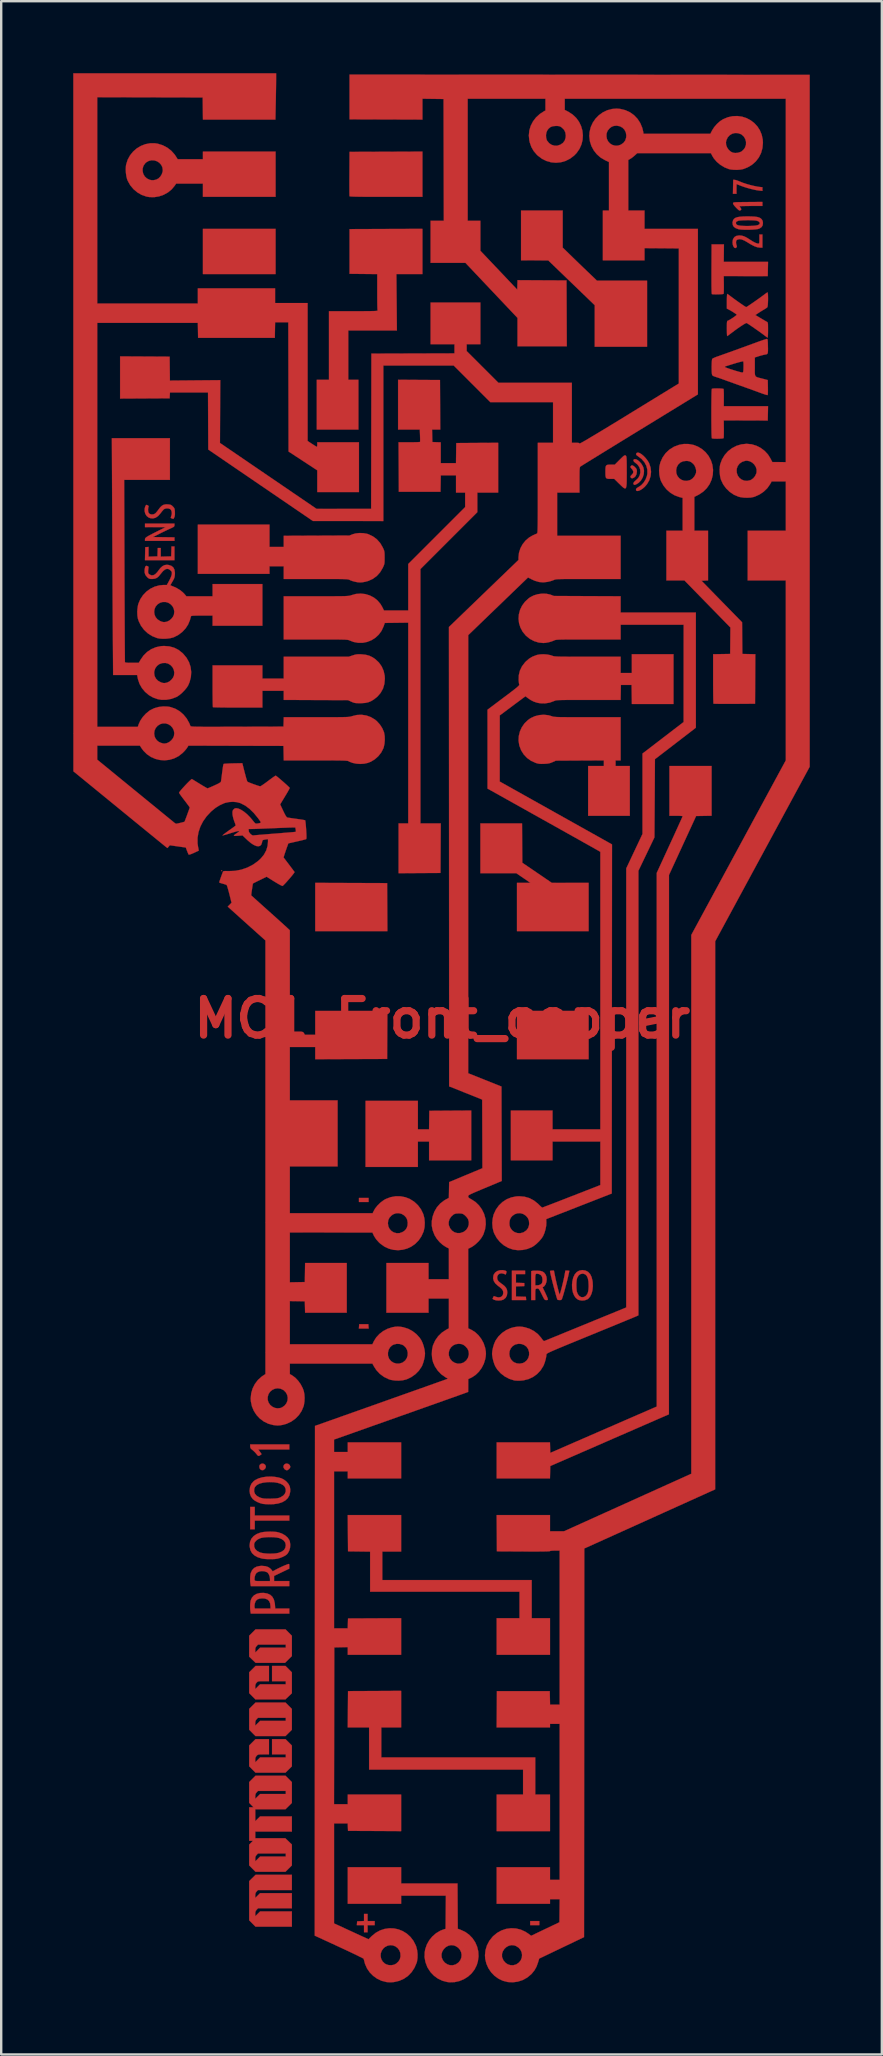
<source format=kicad_pcb>
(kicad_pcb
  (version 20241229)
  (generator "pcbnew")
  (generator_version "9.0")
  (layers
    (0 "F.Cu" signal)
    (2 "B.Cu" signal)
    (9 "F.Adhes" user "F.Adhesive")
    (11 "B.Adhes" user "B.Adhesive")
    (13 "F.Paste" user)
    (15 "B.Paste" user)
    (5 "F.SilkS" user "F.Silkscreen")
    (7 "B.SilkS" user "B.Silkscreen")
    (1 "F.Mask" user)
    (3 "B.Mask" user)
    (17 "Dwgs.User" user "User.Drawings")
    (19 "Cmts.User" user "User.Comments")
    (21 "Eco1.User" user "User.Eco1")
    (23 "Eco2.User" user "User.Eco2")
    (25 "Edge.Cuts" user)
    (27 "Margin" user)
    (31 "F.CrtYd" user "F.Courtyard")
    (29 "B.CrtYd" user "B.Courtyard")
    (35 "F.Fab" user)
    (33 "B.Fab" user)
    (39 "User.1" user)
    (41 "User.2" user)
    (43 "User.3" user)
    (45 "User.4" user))
  (footprint "MC1_Front_copper"
    (layer "F.Cu")
    (at 15.372 39.375)
    (property "Reference" "MC1_Front_copper" (at 0 0 0) (layer "F.Cu") (effects (font (size 1.524 1.524) (thickness 0.3))))
    (attr through_hole)
    (fp_poly (pts (xy -6.943 -31.009) (xy -9.97 -31.009) (xy -9.97 -32.893) (xy -6.943 -32.893) (xy -6.943 -31.009)) (stroke (width 0.01) (type solid)) (fill yes) (layer "F.Cu"))
    (fp_poly (pts (xy -3.069 7.641) (xy -3.471 7.641) (xy -3.471 7.472) (xy -3.069 7.472) (xy -3.069 7.641)) (stroke (width 0.01) (type solid)) (fill yes) (layer "F.Cu"))
    (fp_poly (pts (xy 4.043 37.761) (xy 3.662 37.761) (xy 3.662 37.592) (xy 4.043 37.592) (xy 4.043 37.761)) (stroke (width 0.01) (type solid)) (fill yes) (layer "F.Cu"))
    (fp_poly (pts (xy 6.096 1.693) (xy 3.111 1.693) (xy 3.111 -0.318) (xy 6.096 -0.318) (xy 6.096 1.693)) (stroke (width 0.01) (type solid)) (fill yes) (layer "F.Cu"))
    (fp_poly (pts (xy -2.297 -5.641) (xy -2.291 -4.641) (xy -2.286 -3.641) (xy -5.292 -3.641) (xy -5.292 -5.652) (xy -2.297 -5.641)) (stroke (width 0.01) (type solid)) (fill yes) (layer "F.Cu"))
    (fp_poly (pts (xy -3.073 12.822) (xy -3.067 12.912) (xy -3.474 12.912) (xy -3.467 12.822) (xy -3.461 12.732) (xy -3.08 12.732) (xy -3.073 12.822)) (stroke (width 0.01) (type solid)) (fill yes) (layer "F.Cu"))
    (fp_poly (pts (xy -9.186 -6.17) (xy -9.166 -6.151) (xy -9.165 -6.148) (xy -9.182 -6.139) (xy -9.186 -6.138) (xy -9.207 -6.155) (xy -9.207 -6.161) (xy -9.195 -6.173) (xy -9.186 -6.17)) (stroke (width 0.01) (type solid)) (fill yes) (layer "F.Cu"))
    (fp_poly (pts (xy -7.811 20.701) (xy -6.371 20.701) (xy -6.371 20.913) (xy -7.811 20.913) (xy -7.811 21.273) (xy -8.001 21.273) (xy -8.001 20.341) (xy -7.811 20.341) (xy -7.811 20.701)) (stroke (width 0.01) (type solid)) (fill yes) (layer "F.Cu"))
    (fp_poly (pts (xy -11.155 -19.092) (xy -12.384 -19.092) (xy -12.372 -19.632) (xy -12.234 -19.645) (xy -12.234 -19.239) (xy -12.049 -19.245) (xy -11.864 -19.251) (xy -11.852 -19.6) (xy -11.726 -19.6) (xy -11.726 -19.239) (xy -11.292 -19.251) (xy -11.28 -19.664) (xy -11.155 -19.664) (xy -11.155 -19.092)) (stroke (width 0.01) (type solid)) (fill yes) (layer "F.Cu"))
    (fp_poly (pts (xy -3.111 37.592) (xy -2.815 37.592) (xy -2.815 37.761) (xy -3.111 37.761) (xy -3.111 38.058) (xy -3.26 38.058) (xy -3.26 37.761) (xy -3.559 37.761) (xy -3.552 37.682) (xy -3.545 37.603) (xy -3.26 37.59) (xy -3.26 37.296) (xy -3.111 37.296) (xy -3.111 37.592)) (stroke (width 0.01) (type solid)) (fill yes) (layer "F.Cu"))
    (fp_poly (pts (xy -1.016 4.614) (xy -0.551 4.614) (xy -0.54 3.842) (xy 0.333 3.836) (xy 1.206 3.831) (xy 1.206 5.905) (xy -0.55 5.905) (xy -0.55 5.122) (xy -1.016 5.122) (xy -1.016 6.181) (xy -3.196 6.181) (xy -3.196 3.429) (xy -1.016 3.429) (xy -1.016 4.614)) (stroke (width 0.01) (type solid)) (fill yes) (layer "F.Cu"))
    (fp_poly (pts (xy 3.45 10.647) (xy 3.069 10.647) (xy 3.069 11.005) (xy 3.244 11.011) (xy 3.418 11.017) (xy 3.418 11.144) (xy 3.069 11.157) (xy 3.069 11.577) (xy 3.482 11.589) (xy 3.489 11.658) (xy 3.495 11.726) (xy 2.9 11.726) (xy 2.9 10.499) (xy 3.45 10.499) (xy 3.45 10.647)) (stroke (width 0.01) (type solid)) (fill yes) (layer "F.Cu"))
    (fp_poly (pts (xy -7.422 18.551) (xy -7.372 18.595) (xy -7.367 18.603) (xy -7.347 18.667) (xy -7.362 18.723) (xy -7.397 18.765) (xy -7.458 18.809) (xy -7.519 18.811) (xy -7.573 18.784) (xy -7.607 18.738) (xy -7.621 18.674) (xy -7.613 18.611) (xy -7.604 18.593) (xy -7.552 18.549) (xy -7.487 18.535) (xy -7.422 18.551)) (stroke (width 0.01) (type solid)) (fill yes) (layer "F.Cu"))
    (fp_poly (pts (xy 3.328 -7.308) (xy 3.334 -6.489) (xy 3.948 -6.071) (xy 4.561 -5.653) (xy 5.329 -5.652) (xy 6.096 -5.652) (xy 6.096 -3.641) (xy 3.111 -3.641) (xy 3.111 -5.652) (xy 3.671 -5.652) (xy 3.377 -5.853) (xy 3.083 -6.054) (xy 1.587 -6.054) (xy 1.587 -8.128) (xy 3.323 -8.128) (xy 3.328 -7.308)) (stroke (width 0.01) (type solid)) (fill yes) (layer "F.Cu"))
    (fp_poly (pts (xy -6.407 18.553) (xy -6.355 18.599) (xy -6.33 18.66) (xy -6.329 18.672) (xy -6.346 18.721) (xy -6.388 18.771) (xy -6.44 18.807) (xy -6.477 18.817) (xy -6.521 18.803) (xy -6.571 18.768) (xy -6.575 18.763) (xy -6.613 18.701) (xy -6.615 18.637) (xy -6.586 18.581) (xy -6.53 18.544) (xy -6.475 18.535) (xy -6.407 18.553)) (stroke (width 0.01) (type solid)) (fill yes) (layer "F.Cu"))
    (fp_poly (pts (xy -1.714 22.204) (xy -2.498 22.204) (xy -2.498 23.389) (xy 3.725 23.389) (xy 3.725 24.977) (xy 4.487 24.977) (xy 4.487 26.501) (xy 2.265 26.501) (xy 2.265 24.977) (xy 3.217 24.977) (xy 3.217 23.876) (xy -3.006 23.876) (xy -3.006 22.205) (xy -3.466 22.199) (xy -3.926 22.193) (xy -3.938 20.68) (xy -1.714 20.68) (xy -1.714 22.204)) (stroke (width 0.01) (type solid)) (fill yes) (layer "F.Cu"))
    (fp_poly (pts (xy -1.714 29.527) (xy -2.54 29.527) (xy -2.54 30.776) (xy 3.873 30.776) (xy 3.873 32.322) (xy 4.487 32.322) (xy 4.487 33.846) (xy 2.265 33.846) (xy 2.265 32.322) (xy 3.365 32.322) (xy 3.365 31.284) (xy -3.048 31.284) (xy -3.048 29.527) (xy -3.938 29.527) (xy -3.926 28.014) (xy -2.82 28.009) (xy -1.714 28.003) (xy -1.714 29.527)) (stroke (width 0.01) (type solid)) (fill yes) (layer "F.Cu"))
    (fp_poly (pts (xy 5.016 -32.113) (xy 5.329 -31.808) (xy 5.438 -31.702) (xy 5.568 -31.576) (xy 5.709 -31.439) (xy 5.854 -31.3) (xy 5.99 -31.169) (xy 6.042 -31.119) (xy 6.444 -30.734) (xy 8.53 -30.734) (xy 8.53 -27.982) (xy 6.35 -27.982) (xy 6.35 -29.712) (xy 4.413 -31.579) (xy 3.847 -31.58) (xy 3.281 -31.581) (xy 3.281 -33.655) (xy 5.016 -33.655) (xy 5.016 -32.113)) (stroke (width 0.01) (type solid)) (fill yes) (layer "F.Cu"))
    (fp_poly (pts (xy -6.371 17.949) (xy -7.661 17.949) (xy -7.593 18.046) (xy -7.525 18.143) (xy -7.578 18.183) (xy -7.624 18.213) (xy -7.659 18.218) (xy -7.694 18.195) (xy -7.74 18.139) (xy -7.745 18.131) (xy -7.807 18.061) (xy -7.88 17.992) (xy -7.908 17.969) (xy -7.963 17.924) (xy -7.991 17.886) (xy -8 17.842) (xy -8.001 17.818) (xy -8.001 17.738) (xy -6.371 17.738) (xy -6.371 17.949)) (stroke (width 0.01) (type solid)) (fill yes) (layer "F.Cu"))
    (fp_poly (pts (xy -6.397 25.575) (xy -6.265 25.708) (xy -6.265 26.555) (xy -6.409 26.697) (xy -6.552 26.839) (xy -7.772 26.839) (xy -7.908 26.709) (xy -8.043 26.579) (xy -8.043 26.3) (xy -7.789 26.3) (xy -7.789 26.404) (xy -7.688 26.304) (xy -7.587 26.204) (xy -6.519 26.204) (xy -6.519 26.077) (xy -7.676 26.077) (xy -7.732 26.137) (xy -7.77 26.186) (xy -7.786 26.241) (xy -7.789 26.3) (xy -8.043 26.3) (xy -8.043 25.706) (xy -7.778 25.442) (xy -6.529 25.442) (xy -6.397 25.575)) (stroke (width 0.01) (type solid)) (fill yes) (layer "F.Cu"))
    (fp_poly (pts (xy -6.397 28.623) (xy -6.265 28.756) (xy -6.265 29.624) (xy -6.398 29.756) (xy -6.531 29.887) (xy -7.78 29.887) (xy -7.912 29.754) (xy -8.043 29.622) (xy -8.043 29.348) (xy -7.789 29.348) (xy -7.789 29.452) (xy -7.688 29.352) (xy -7.587 29.252) (xy -6.519 29.252) (xy -6.519 29.125) (xy -7.676 29.125) (xy -7.732 29.185) (xy -7.77 29.234) (xy -7.786 29.289) (xy -7.789 29.348) (xy -8.043 29.348) (xy -8.043 28.754) (xy -7.778 28.49) (xy -6.529 28.49) (xy -6.397 28.623)) (stroke (width 0.01) (type solid)) (fill yes) (layer "F.Cu"))
    (fp_poly (pts (xy -0.826 -34.227) (xy -2.34 -34.227) (xy -2.641 -34.227) (xy -2.903 -34.227) (xy -3.127 -34.228) (xy -3.317 -34.229) (xy -3.473 -34.231) (xy -3.6 -34.233) (xy -3.698 -34.236) (xy -3.772 -34.239) (xy -3.822 -34.243) (xy -3.852 -34.247) (xy -3.864 -34.252) (xy -3.864 -34.253) (xy -3.866 -34.279) (xy -3.867 -34.343) (xy -3.869 -34.44) (xy -3.869 -34.567) (xy -3.87 -34.717) (xy -3.87 -34.888) (xy -3.869 -35.074) (xy -3.868 -35.19) (xy -3.863 -36.1) (xy -2.344 -36.105) (xy -0.826 -36.111) (xy -0.826 -34.227)) (stroke (width 0.01) (type solid)) (fill yes) (layer "F.Cu"))
    (fp_poly (pts (xy 7.93 -23.039) (xy 7.989 -23.001) (xy 8.023 -22.97) (xy 8.073 -22.916) (xy 8.098 -22.87) (xy 8.106 -22.816) (xy 8.107 -22.787) (xy 8.091 -22.672) (xy 8.044 -22.582) (xy 7.992 -22.535) (xy 7.929 -22.504) (xy 7.881 -22.508) (xy 7.857 -22.526) (xy 7.835 -22.561) (xy 7.843 -22.597) (xy 7.886 -22.644) (xy 7.895 -22.652) (xy 7.947 -22.717) (xy 7.957 -22.784) (xy 7.925 -22.856) (xy 7.89 -22.897) (xy 7.849 -22.944) (xy 7.836 -22.977) (xy 7.845 -23.004) (xy 7.883 -23.04) (xy 7.93 -23.039)) (stroke (width 0.01) (type solid)) (fill yes) (layer "F.Cu"))
    (fp_poly (pts (xy -6.265 36.301) (xy -7.676 36.301) (xy -7.732 36.36) (xy -7.77 36.409) (xy -7.786 36.465) (xy -7.789 36.523) (xy -7.789 36.627) (xy -7.688 36.528) (xy -7.587 36.428) (xy -6.265 36.428) (xy -6.265 37.063) (xy -7.676 37.063) (xy -7.732 37.122) (xy -7.77 37.171) (xy -7.786 37.227) (xy -7.789 37.285) (xy -7.789 37.389) (xy -7.688 37.29) (xy -7.587 37.19) (xy -6.265 37.19) (xy -6.265 37.825) (xy -7.78 37.825) (xy -7.912 37.692) (xy -8.043 37.559) (xy -8.043 35.929) (xy -7.778 35.666) (xy -6.265 35.666) (xy -6.265 36.301)) (stroke (width 0.01) (type solid)) (fill yes) (layer "F.Cu"))
    (fp_poly (pts (xy -7.218 27.601) (xy -7.447 27.601) (xy -7.548 27.602) (xy -7.617 27.605) (xy -7.661 27.611) (xy -7.692 27.624) (xy -7.718 27.646) (xy -7.732 27.661) (xy -7.77 27.71) (xy -7.786 27.765) (xy -7.789 27.824) (xy -7.789 27.928) (xy -7.688 27.828) (xy -7.587 27.728) (xy -6.519 27.728) (xy -6.519 27.601) (xy -7.091 27.601) (xy -7.091 26.966) (xy -6.529 26.966) (xy -6.397 27.099) (xy -6.265 27.232) (xy -6.265 28.103) (xy -6.401 28.233) (xy -6.537 28.363) (xy -7.78 28.363) (xy -7.912 28.23) (xy -8.043 28.098) (xy -8.043 27.23) (xy -7.778 26.966) (xy -7.218 26.966) (xy -7.218 27.601)) (stroke (width 0.01) (type solid)) (fill yes) (layer "F.Cu"))
    (fp_poly (pts (xy -7.218 30.649) (xy -7.447 30.649) (xy -7.548 30.65) (xy -7.617 30.653) (xy -7.661 30.659) (xy -7.692 30.672) (xy -7.718 30.694) (xy -7.732 30.709) (xy -7.77 30.758) (xy -7.786 30.813) (xy -7.789 30.872) (xy -7.789 30.976) (xy -7.688 30.876) (xy -7.587 30.776) (xy -6.519 30.776) (xy -6.519 30.649) (xy -7.091 30.649) (xy -7.091 30.014) (xy -6.529 30.014) (xy -6.397 30.147) (xy -6.265 30.28) (xy -6.265 31.148) (xy -6.398 31.28) (xy -6.531 31.411) (xy -7.78 31.411) (xy -7.912 31.278) (xy -8.043 31.146) (xy -8.043 30.278) (xy -7.778 30.014) (xy -7.218 30.014) (xy -7.218 30.649)) (stroke (width 0.01) (type solid)) (fill yes) (layer "F.Cu"))
    (fp_poly (pts (xy 11.728 -31.882) (xy 11.724 -31.517) (xy 13.569 -31.517) (xy 13.563 -31.22) (xy 13.557 -30.922) (xy 11.724 -30.926) (xy 11.728 -30.568) (xy 11.728 -30.448) (xy 11.727 -30.342) (xy 11.725 -30.258) (xy 11.721 -30.203) (xy 11.717 -30.186) (xy 11.692 -30.178) (xy 11.636 -30.171) (xy 11.558 -30.167) (xy 11.47 -30.164) (xy 11.382 -30.163) (xy 11.305 -30.165) (xy 11.249 -30.17) (xy 11.229 -30.175) (xy 11.224 -30.198) (xy 11.219 -30.263) (xy 11.216 -30.369) (xy 11.213 -30.515) (xy 11.212 -30.7) (xy 11.212 -30.923) (xy 11.212 -31.184) (xy 11.213 -31.216) (xy 11.218 -32.247) (xy 11.732 -32.247) (xy 11.728 -31.882)) (stroke (width 0.01) (type solid)) (fill yes) (layer "F.Cu"))
    (fp_poly (pts (xy -11.155 -20.552) (xy -11.158 -20.52) (xy -11.171 -20.495) (xy -11.202 -20.471) (xy -11.258 -20.442) (xy -11.329 -20.41) (xy -11.416 -20.37) (xy -11.527 -20.317) (xy -11.648 -20.259) (xy -11.766 -20.2) (xy -11.779 -20.194) (xy -12.054 -20.055) (xy -11.605 -20.05) (xy -11.155 -20.044) (xy -11.155 -19.897) (xy -12.383 -19.897) (xy -12.383 -19.958) (xy -12.38 -19.983) (xy -12.37 -20.007) (xy -12.348 -20.032) (xy -12.31 -20.061) (xy -12.252 -20.096) (xy -12.169 -20.142) (xy -12.059 -20.199) (xy -11.916 -20.271) (xy -11.853 -20.303) (xy -11.525 -20.467) (xy -11.954 -20.467) (xy -12.383 -20.468) (xy -12.383 -20.616) (xy -11.155 -20.616) (xy -11.155 -20.552)) (stroke (width 0.01) (type solid)) (fill yes) (layer "F.Cu"))
    (fp_poly (pts (xy 12.181 -34.933) (xy 12.229 -34.924) (xy 12.302 -34.9) (xy 12.387 -34.866) (xy 12.42 -34.852) (xy 12.537 -34.806) (xy 12.682 -34.759) (xy 12.841 -34.714) (xy 12.999 -34.677) (xy 13.142 -34.649) (xy 13.213 -34.639) (xy 13.335 -34.626) (xy 13.335 -34.474) (xy 13.203 -34.487) (xy 13.097 -34.502) (xy 12.963 -34.53) (xy 12.816 -34.566) (xy 12.668 -34.608) (xy 12.53 -34.652) (xy 12.425 -34.691) (xy 12.351 -34.721) (xy 12.294 -34.743) (xy 12.263 -34.755) (xy 12.261 -34.756) (xy 12.259 -34.736) (xy 12.257 -34.683) (xy 12.256 -34.607) (xy 12.255 -34.555) (xy 12.255 -34.353) (xy 12.106 -34.353) (xy 12.112 -34.645) (xy 12.118 -34.936) (xy 12.181 -34.933)) (stroke (width 0.01) (type solid)) (fill yes) (layer "F.Cu"))
    (fp_poly (pts (xy 8.082 -23.291) (xy 8.155 -23.249) (xy 8.23 -23.182) (xy 8.299 -23.099) (xy 8.354 -23.005) (xy 8.379 -22.947) (xy 8.403 -22.813) (xy 8.392 -22.674) (xy 8.349 -22.538) (xy 8.278 -22.416) (xy 8.183 -22.317) (xy 8.105 -22.267) (xy 8.054 -22.242) (xy 8.022 -22.228) (xy 8.018 -22.227) (xy 7.995 -22.235) (xy 7.985 -22.239) (xy 7.958 -22.267) (xy 7.964 -22.311) (xy 8.001 -22.364) (xy 8.059 -22.416) (xy 8.158 -22.511) (xy 8.222 -22.622) (xy 8.251 -22.741) (xy 8.245 -22.861) (xy 8.203 -22.976) (xy 8.128 -23.078) (xy 8.042 -23.147) (xy 7.986 -23.194) (xy 7.961 -23.24) (xy 7.969 -23.278) (xy 8.011 -23.3) (xy 8.019 -23.301) (xy 8.082 -23.291)) (stroke (width 0.01) (type solid)) (fill yes) (layer "F.Cu"))
    (fp_poly (pts (xy 13.335 -33.846) (xy 12.859 -33.846) (xy 12.722 -33.845) (xy 12.6 -33.843) (xy 12.5 -33.841) (xy 12.427 -33.838) (xy 12.388 -33.835) (xy 12.383 -33.833) (xy 12.394 -33.809) (xy 12.423 -33.769) (xy 12.425 -33.767) (xy 12.453 -33.719) (xy 12.446 -33.685) (xy 12.408 -33.658) (xy 12.383 -33.655) (xy 12.349 -33.673) (xy 12.3 -33.715) (xy 12.238 -33.776) (xy 12.166 -33.855) (xy 12.125 -33.912) (xy 12.111 -33.952) (xy 12.111 -33.959) (xy 12.114 -33.972) (xy 12.121 -33.982) (xy 12.137 -33.99) (xy 12.167 -33.996) (xy 12.215 -34.001) (xy 12.286 -34.004) (xy 12.384 -34.006) (xy 12.514 -34.008) (xy 12.681 -34.009) (xy 12.726 -34.01) (xy 13.335 -34.015) (xy 13.335 -33.846)) (stroke (width 0.01) (type solid)) (fill yes) (layer "F.Cu"))
    (fp_poly (pts (xy -0.826 -31.009) (xy -1.911 -31.009) (xy -1.89 -28.66) (xy -3.916 -28.66) (xy -3.916 -26.607) (xy -3.493 -26.607) (xy -3.493 -24.532) (xy -5.228 -24.532) (xy -5.228 -26.607) (xy -4.72 -26.607) (xy -4.72 -29.464) (xy -3.702 -29.464) (xy -3.467 -29.464) (xy -3.271 -29.464) (xy -3.11 -29.465) (xy -2.982 -29.467) (xy -2.882 -29.468) (xy -2.808 -29.471) (xy -2.756 -29.475) (xy -2.722 -29.479) (xy -2.703 -29.485) (xy -2.696 -29.491) (xy -2.696 -29.497) (xy -2.699 -29.526) (xy -2.702 -29.592) (xy -2.705 -29.689) (xy -2.707 -29.814) (xy -2.708 -29.961) (xy -2.709 -30.125) (xy -2.709 -30.27) (xy -2.709 -31.008) (xy -3.863 -31.02) (xy -3.863 -32.882) (xy -2.344 -32.888) (xy -0.826 -32.893) (xy -0.826 -31.009)) (stroke (width 0.01) (type solid)) (fill yes) (layer "F.Cu"))
    (fp_poly (pts (xy 8.227 -23.551) (xy 8.304 -23.503) (xy 8.386 -23.434) (xy 8.466 -23.35) (xy 8.54 -23.257) (xy 8.601 -23.159) (xy 8.617 -23.127) (xy 8.676 -22.952) (xy 8.696 -22.772) (xy 8.677 -22.592) (xy 8.621 -22.419) (xy 8.528 -22.258) (xy 8.434 -22.149) (xy 8.352 -22.077) (xy 8.269 -22.022) (xy 8.193 -21.986) (xy 8.129 -21.973) (xy 8.085 -21.985) (xy 8.072 -22.003) (xy 8.069 -22.053) (xy 8.102 -22.096) (xy 8.164 -22.133) (xy 8.281 -22.21) (xy 8.384 -22.319) (xy 8.467 -22.451) (xy 8.523 -22.596) (xy 8.543 -22.703) (xy 8.54 -22.871) (xy 8.497 -23.031) (xy 8.416 -23.178) (xy 8.298 -23.311) (xy 8.153 -23.42) (xy 8.091 -23.468) (xy 8.07 -23.511) (xy 8.09 -23.55) (xy 8.112 -23.567) (xy 8.161 -23.574) (xy 8.227 -23.551)) (stroke (width 0.01) (type solid)) (fill yes) (layer "F.Cu"))
    (fp_poly (pts (xy -7.288 23.948) (xy -7.168 24.001) (xy -7.077 24.085) (xy -7.014 24.2) (xy -6.977 24.348) (xy -6.97 24.417) (xy -6.958 24.575) (xy -6.371 24.575) (xy -6.371 24.786) (xy -7.976 24.786) (xy -7.99 24.701) (xy -8.001 24.599) (xy -8.004 24.481) (xy -8.003 24.454) (xy -7.823 24.454) (xy -7.819 24.524) (xy -7.806 24.575) (xy -7.154 24.575) (xy -7.156 24.485) (xy -7.171 24.357) (xy -7.214 24.261) (xy -7.286 24.195) (xy -7.388 24.159) (xy -7.487 24.151) (xy -7.611 24.162) (xy -7.702 24.195) (xy -7.763 24.252) (xy -7.775 24.273) (xy -7.808 24.362) (xy -7.823 24.454) (xy -8.003 24.454) (xy -7.999 24.365) (xy -7.987 24.267) (xy -7.981 24.239) (xy -7.929 24.121) (xy -7.845 24.028) (xy -7.732 23.963) (xy -7.594 23.928) (xy -7.438 23.923) (xy -7.288 23.948)) (stroke (width 0.01) (type solid)) (fill yes) (layer "F.Cu"))
    (fp_poly (pts (xy 7.645 -23.445) (xy 7.65 -23.441) (xy 7.66 -23.426) (xy 7.667 -23.402) (xy 7.673 -23.362) (xy 7.677 -23.304) (xy 7.68 -23.221) (xy 7.682 -23.111) (xy 7.683 -22.967) (xy 7.683 -22.786) (xy 7.684 -22.767) (xy 7.683 -22.562) (xy 7.682 -22.396) (xy 7.678 -22.268) (xy 7.669 -22.175) (xy 7.654 -22.114) (xy 7.632 -22.083) (xy 7.6 -22.08) (xy 7.558 -22.102) (xy 7.503 -22.147) (xy 7.435 -22.212) (xy 7.367 -22.278) (xy 7.162 -22.479) (xy 7 -22.479) (xy 6.92 -22.48) (xy 6.864 -22.489) (xy 6.827 -22.512) (xy 6.807 -22.554) (xy 6.797 -22.624) (xy 6.795 -22.726) (xy 6.795 -22.783) (xy 6.796 -22.898) (xy 6.803 -22.978) (xy 6.823 -23.029) (xy 6.858 -23.057) (xy 6.916 -23.069) (xy 7.002 -23.072) (xy 7.024 -23.072) (xy 7.187 -23.072) (xy 7.366 -23.253) (xy 7.456 -23.342) (xy 7.521 -23.404) (xy 7.567 -23.442) (xy 7.6 -23.459) (xy 7.624 -23.459) (xy 7.645 -23.445)) (stroke (width 0.01) (type solid)) (fill yes) (layer "F.Cu"))
    (fp_poly (pts (xy 13.335 -32.11) (xy 13.234 -32.11) (xy 13.121 -32.126) (xy 12.989 -32.174) (xy 12.837 -32.254) (xy 12.735 -32.318) (xy 12.593 -32.401) (xy 12.473 -32.45) (xy 12.374 -32.464) (xy 12.293 -32.444) (xy 12.261 -32.423) (xy 12.241 -32.383) (xy 12.235 -32.32) (xy 12.244 -32.25) (xy 12.259 -32.207) (xy 12.272 -32.158) (xy 12.257 -32.122) (xy 12.256 -32.121) (xy 12.213 -32.091) (xy 12.17 -32.104) (xy 12.136 -32.143) (xy 12.102 -32.226) (xy 12.09 -32.328) (xy 12.101 -32.428) (xy 12.118 -32.478) (xy 12.171 -32.553) (xy 12.247 -32.598) (xy 12.352 -32.617) (xy 12.387 -32.617) (xy 12.482 -32.608) (xy 12.577 -32.579) (xy 12.684 -32.526) (xy 12.799 -32.453) (xy 12.933 -32.368) (xy 13.043 -32.311) (xy 13.126 -32.282) (xy 13.154 -32.279) (xy 13.18 -32.281) (xy 13.195 -32.29) (xy 13.204 -32.316) (xy 13.207 -32.367) (xy 13.208 -32.451) (xy 13.208 -32.47) (xy 13.208 -32.66) (xy 13.335 -32.66) (xy 13.335 -32.11)) (stroke (width 0.01) (type solid)) (fill yes) (layer "F.Cu"))
    (fp_poly (pts (xy 11.491 -26.246) (xy 11.577 -26.243) (xy 11.651 -26.238) (xy 11.701 -26.231) (xy 11.716 -26.224) (xy 11.721 -26.197) (xy 11.724 -26.134) (xy 11.727 -26.045) (xy 11.728 -25.935) (xy 11.727 -25.854) (xy 11.725 -25.506) (xy 13.569 -25.506) (xy 13.563 -25.207) (xy 13.557 -24.909) (xy 11.724 -24.915) (xy 11.728 -24.557) (xy 11.728 -24.437) (xy 11.727 -24.331) (xy 11.725 -24.247) (xy 11.721 -24.192) (xy 11.717 -24.175) (xy 11.692 -24.165) (xy 11.634 -24.158) (xy 11.556 -24.154) (xy 11.468 -24.151) (xy 11.38 -24.152) (xy 11.303 -24.155) (xy 11.249 -24.161) (xy 11.229 -24.167) (xy 11.224 -24.193) (xy 11.219 -24.259) (xy 11.215 -24.365) (xy 11.212 -24.51) (xy 11.21 -24.692) (xy 11.208 -24.91) (xy 11.208 -25.163) (xy 11.208 -25.199) (xy 11.208 -25.457) (xy 11.21 -25.68) (xy 11.212 -25.866) (xy 11.215 -26.016) (xy 11.218 -26.127) (xy 11.223 -26.199) (xy 11.228 -26.23) (xy 11.229 -26.23) (xy 11.26 -26.239) (xy 11.322 -26.244) (xy 11.402 -26.246) (xy 11.491 -26.246)) (stroke (width 0.01) (type solid)) (fill yes) (layer "F.Cu"))
    (fp_poly (pts (xy 11.218 -8.447) (xy 10.573 -8.435) (xy 10.008 -7.207) (xy 9.443 -5.98) (xy 9.442 5.253) (xy 9.44 16.485) (xy 9.213 16.584) (xy 9.163 16.605) (xy 9.078 16.643) (xy 8.959 16.694) (xy 8.81 16.759) (xy 8.633 16.836) (xy 8.431 16.924) (xy 8.207 17.022) (xy 7.963 17.129) (xy 7.702 17.242) (xy 7.427 17.362) (xy 7.141 17.486) (xy 6.847 17.615) (xy 6.742 17.661) (xy 4.498 18.639) (xy 4.492 18.897) (xy 4.486 19.156) (xy 2.265 19.156) (xy 2.265 17.653) (xy 4.486 17.653) (xy 4.492 17.872) (xy 4.498 18.091) (xy 6.715 17.126) (xy 8.932 16.161) (xy 8.932 5.048) (xy 8.932 -6.064) (xy 9.472 -7.239) (xy 9.568 -7.448) (xy 9.659 -7.645) (xy 9.742 -7.828) (xy 9.817 -7.993) (xy 9.882 -8.137) (xy 9.936 -8.255) (xy 9.976 -8.346) (xy 10.002 -8.405) (xy 10.012 -8.429) (xy 10.012 -8.429) (xy 9.992 -8.435) (xy 9.938 -8.44) (xy 9.857 -8.444) (xy 9.757 -8.445) (xy 9.737 -8.445) (xy 9.461 -8.445) (xy 9.461 -10.52) (xy 11.218 -10.52) (xy 11.218 -8.447)) (stroke (width 0.01) (type solid)) (fill yes) (layer "F.Cu"))
    (fp_poly (pts (xy 4.42 -12.634) (xy 4.551 -12.596) (xy 4.575 -12.587) (xy 4.6 -12.58) (xy 4.629 -12.573) (xy 4.665 -12.568) (xy 4.712 -12.564) (xy 4.773 -12.56) (xy 4.85 -12.557) (xy 4.949 -12.555) (xy 5.07 -12.554) (xy 5.219 -12.553) (xy 5.399 -12.552) (xy 5.611 -12.552) (xy 5.861 -12.552) (xy 6.048 -12.552) (xy 7.429 -12.552) (xy 7.429 -10.753) (xy 7.218 -10.753) (xy 7.218 -10.52) (xy 7.811 -10.52) (xy 7.811 -8.445) (xy 6.075 -8.445) (xy 6.075 -10.52) (xy 6.731 -10.52) (xy 6.731 -10.753) (xy 5.731 -10.748) (xy 4.731 -10.742) (xy 4.593 -10.68) (xy 4.517 -10.649) (xy 4.447 -10.629) (xy 4.366 -10.617) (xy 4.26 -10.61) (xy 4.244 -10.609) (xy 4.134 -10.606) (xy 4.051 -10.61) (xy 3.979 -10.622) (xy 3.905 -10.643) (xy 3.895 -10.646) (xy 3.702 -10.732) (xy 3.534 -10.851) (xy 3.394 -10.999) (xy 3.284 -11.173) (xy 3.21 -11.369) (xy 3.207 -11.381) (xy 3.177 -11.575) (xy 3.187 -11.77) (xy 3.234 -11.959) (xy 3.315 -12.137) (xy 3.428 -12.298) (xy 3.57 -12.436) (xy 3.684 -12.514) (xy 3.855 -12.593) (xy 4.042 -12.64) (xy 4.233 -12.654) (xy 4.42 -12.634)) (stroke (width 0.01) (type solid)) (fill yes) (layer "F.Cu"))
    (fp_poly (pts (xy -6.376 22.731) (xy -6.372 22.771) (xy -6.371 22.811) (xy -6.372 22.913) (xy -6.689 23.065) (xy -7.006 23.217) (xy -7.006 23.431) (xy -6.371 23.431) (xy -6.371 23.643) (xy -7.976 23.643) (xy -7.99 23.558) (xy -8.001 23.46) (xy -8.004 23.348) (xy -8.004 23.337) (xy -7.822 23.337) (xy -7.817 23.384) (xy -7.811 23.402) (xy -7.8 23.415) (xy -7.776 23.424) (xy -7.733 23.428) (xy -7.664 23.431) (xy -7.563 23.431) (xy -7.491 23.431) (xy -7.176 23.431) (xy -7.176 23.347) (xy -7.187 23.249) (xy -7.22 23.158) (xy -7.267 23.089) (xy -7.303 23.061) (xy -7.409 23.024) (xy -7.521 23.015) (xy -7.628 23.033) (xy -7.716 23.076) (xy -7.746 23.102) (xy -7.785 23.166) (xy -7.812 23.251) (xy -7.822 23.337) (xy -8.004 23.337) (xy -8 23.237) (xy -7.989 23.143) (xy -7.979 23.099) (xy -7.922 22.977) (xy -7.839 22.887) (xy -7.727 22.828) (xy -7.588 22.8) (xy -7.513 22.797) (xy -7.367 22.809) (xy -7.251 22.846) (xy -7.159 22.91) (xy -7.122 22.95) (xy -7.063 23.024) (xy -6.913 22.943) (xy -6.815 22.893) (xy -6.703 22.84) (xy -6.592 22.79) (xy -6.492 22.75) (xy -6.419 22.723) (xy -6.39 22.718) (xy -6.376 22.731)) (stroke (width 0.01) (type solid)) (fill yes) (layer "F.Cu"))
    (fp_poly (pts (xy 5.964 10.496) (xy 6.072 10.55) (xy 6.156 10.639) (xy 6.218 10.764) (xy 6.257 10.923) (xy 6.264 10.972) (xy 6.272 11.151) (xy 6.256 11.315) (xy 6.218 11.46) (xy 6.16 11.579) (xy 6.084 11.667) (xy 6.045 11.695) (xy 5.934 11.737) (xy 5.811 11.747) (xy 5.692 11.724) (xy 5.646 11.704) (xy 5.559 11.635) (xy 5.49 11.533) (xy 5.439 11.404) (xy 5.41 11.253) (xy 5.406 11.144) (xy 5.586 11.144) (xy 5.591 11.258) (xy 5.601 11.353) (xy 5.608 11.384) (xy 5.651 11.488) (xy 5.712 11.561) (xy 5.786 11.602) (xy 5.865 11.608) (xy 5.945 11.576) (xy 5.994 11.535) (xy 6.04 11.473) (xy 6.07 11.396) (xy 6.088 11.296) (xy 6.096 11.165) (xy 6.096 11.122) (xy 6.088 10.95) (xy 6.062 10.816) (xy 6.018 10.719) (xy 5.955 10.656) (xy 5.873 10.628) (xy 5.838 10.626) (xy 5.751 10.646) (xy 5.678 10.702) (xy 5.625 10.79) (xy 5.609 10.837) (xy 5.595 10.918) (xy 5.588 11.026) (xy 5.586 11.144) (xy 5.406 11.144) (xy 5.404 11.088) (xy 5.418 10.941) (xy 5.457 10.781) (xy 5.519 10.653) (xy 5.602 10.559) (xy 5.705 10.5) (xy 5.826 10.478) (xy 5.835 10.477) (xy 5.964 10.496)) (stroke (width 0.01) (type solid)) (fill yes) (layer "F.Cu"))
    (fp_poly (pts (xy -6.397 31.671) (xy -6.265 31.804) (xy -6.265 32.672) (xy -6.398 32.804) (xy -6.531 32.935) (xy -7.789 32.935) (xy -7.789 33.431) (xy -7.688 33.331) (xy -7.587 33.232) (xy -6.265 33.232) (xy -6.265 33.867) (xy -7.789 33.867) (xy -7.789 34.142) (xy -6.537 34.142) (xy -6.401 34.272) (xy -6.265 34.403) (xy -6.265 35.275) (xy -6.398 35.407) (xy -6.531 35.539) (xy -7.78 35.539) (xy -7.912 35.406) (xy -8.043 35.273) (xy -8.043 34.999) (xy -7.789 34.999) (xy -7.789 35.103) (xy -7.688 35.004) (xy -7.587 34.904) (xy -6.519 34.904) (xy -6.519 34.777) (xy -7.676 34.777) (xy -7.732 34.836) (xy -7.77 34.885) (xy -7.786 34.941) (xy -7.789 34.999) (xy -8.043 34.999) (xy -8.043 34.408) (xy -7.965 34.328) (xy -7.887 34.248) (xy -8.043 34.248) (xy -8.043 32.851) (xy -7.865 32.851) (xy -7.954 32.76) (xy -8.043 32.669) (xy -8.043 32.396) (xy -7.789 32.396) (xy -7.789 32.5) (xy -7.688 32.4) (xy -7.587 32.3) (xy -6.519 32.3) (xy -6.519 32.173) (xy -7.676 32.173) (xy -7.732 32.233) (xy -7.77 32.282) (xy -7.786 32.337) (xy -7.789 32.396) (xy -8.043 32.396) (xy -8.043 31.802) (xy -7.778 31.538) (xy -6.529 31.538) (xy -6.397 31.671)) (stroke (width 0.01) (type solid)) (fill yes) (layer "F.Cu"))
    (fp_poly (pts (xy 2.565 10.486) (xy 2.636 10.503) (xy 2.67 10.526) (xy 2.676 10.561) (xy 2.666 10.598) (xy 2.643 10.664) (xy 2.561 10.631) (xy 2.467 10.611) (xy 2.387 10.626) (xy 2.326 10.671) (xy 2.291 10.742) (xy 2.286 10.79) (xy 2.293 10.856) (xy 2.32 10.913) (xy 2.371 10.969) (xy 2.453 11.033) (xy 2.477 11.05) (xy 2.585 11.133) (xy 2.657 11.215) (xy 2.696 11.303) (xy 2.709 11.404) (xy 2.709 11.411) (xy 2.692 11.533) (xy 2.642 11.63) (xy 2.557 11.701) (xy 2.54 11.71) (xy 2.455 11.736) (xy 2.35 11.746) (xy 2.245 11.738) (xy 2.164 11.716) (xy 2.119 11.693) (xy 2.096 11.675) (xy 2.095 11.673) (xy 2.104 11.648) (xy 2.123 11.607) (xy 2.142 11.571) (xy 2.148 11.562) (xy 2.168 11.566) (xy 2.214 11.582) (xy 2.233 11.59) (xy 2.332 11.615) (xy 2.418 11.605) (xy 2.486 11.565) (xy 2.528 11.498) (xy 2.54 11.425) (xy 2.533 11.361) (xy 2.509 11.304) (xy 2.461 11.247) (xy 2.386 11.182) (xy 2.323 11.136) (xy 2.214 11.038) (xy 2.145 10.932) (xy 2.117 10.821) (xy 2.13 10.704) (xy 2.146 10.66) (xy 2.202 10.578) (xy 2.287 10.519) (xy 2.394 10.484) (xy 2.514 10.479) (xy 2.565 10.486)) (stroke (width 0.01) (type solid)) (fill yes) (layer "F.Cu"))
    (fp_poly (pts (xy 4.687 10.684) (xy 4.71 10.795) (xy 4.736 10.917) (xy 4.765 11.043) (xy 4.795 11.165) (xy 4.823 11.277) (xy 4.849 11.373) (xy 4.87 11.445) (xy 4.884 11.486) (xy 4.89 11.493) (xy 4.899 11.474) (xy 4.916 11.42) (xy 4.939 11.34) (xy 4.966 11.239) (xy 4.995 11.126) (xy 5.024 11.006) (xy 5.051 10.889) (xy 5.075 10.78) (xy 5.094 10.686) (xy 5.102 10.642) (xy 5.127 10.499) (xy 5.209 10.499) (xy 5.261 10.5) (xy 5.29 10.505) (xy 5.292 10.506) (xy 5.286 10.545) (xy 5.271 10.618) (xy 5.248 10.717) (xy 5.22 10.836) (xy 5.187 10.968) (xy 5.151 11.106) (xy 5.115 11.242) (xy 5.08 11.371) (xy 5.048 11.483) (xy 5.02 11.574) (xy 5.014 11.594) (xy 4.99 11.665) (xy 4.97 11.704) (xy 4.947 11.722) (xy 4.911 11.726) (xy 4.889 11.726) (xy 4.834 11.723) (xy 4.801 11.713) (xy 4.797 11.71) (xy 4.783 11.676) (xy 4.761 11.606) (xy 4.733 11.51) (xy 4.7 11.392) (xy 4.665 11.261) (xy 4.628 11.122) (xy 4.592 10.983) (xy 4.559 10.85) (xy 4.53 10.73) (xy 4.507 10.63) (xy 4.493 10.557) (xy 4.487 10.518) (xy 4.506 10.506) (xy 4.553 10.499) (xy 4.569 10.499) (xy 4.651 10.499) (xy 4.687 10.684)) (stroke (width 0.01) (type solid)) (fill yes) (layer "F.Cu"))
    (fp_poly (pts (xy -3.402 -15.173) (xy -3.366 -15.171) (xy -3.192 -15.153) (xy -3.043 -15.114) (xy -2.905 -15.048) (xy -2.788 -14.968) (xy -2.639 -14.829) (xy -2.524 -14.666) (xy -2.443 -14.482) (xy -2.399 -14.281) (xy -2.392 -14.152) (xy -2.411 -13.939) (xy -2.468 -13.745) (xy -2.564 -13.57) (xy -2.696 -13.415) (xy -2.846 -13.294) (xy -2.963 -13.222) (xy -3.078 -13.175) (xy -3.204 -13.147) (xy -3.354 -13.136) (xy -3.418 -13.135) (xy -3.525 -13.136) (xy -3.603 -13.14) (xy -3.663 -13.15) (xy -3.719 -13.168) (xy -3.784 -13.196) (xy -3.789 -13.198) (xy -3.926 -13.261) (xy -5.265 -13.266) (xy -6.604 -13.272) (xy -6.604 -13.652) (xy -7.493 -13.652) (xy -7.493 -12.954) (xy -8.516 -12.954) (xy -8.72 -12.954) (xy -8.911 -12.955) (xy -9.085 -12.956) (xy -9.238 -12.958) (xy -9.365 -12.96) (xy -9.463 -12.963) (xy -9.527 -12.965) (xy -9.553 -12.968) (xy -9.553 -12.968) (xy -9.556 -12.992) (xy -9.559 -13.053) (xy -9.562 -13.148) (xy -9.564 -13.271) (xy -9.565 -13.419) (xy -9.567 -13.586) (xy -9.567 -13.768) (xy -9.567 -13.847) (xy -9.567 -14.711) (xy -7.493 -14.711) (xy -7.493 -14.161) (xy -6.604 -14.161) (xy -6.604 -15.071) (xy -3.896 -15.071) (xy -3.731 -15.126) (xy -3.644 -15.153) (xy -3.572 -15.168) (xy -3.497 -15.174) (xy -3.402 -15.173)) (stroke (width 0.01) (type solid)) (fill yes) (layer "F.Cu"))
    (fp_poly (pts (xy -7.197 -19.643) (xy -6.604 -19.643) (xy -6.604 -20.108) (xy -5.233 -20.114) (xy -3.863 -20.12) (xy -3.736 -20.171) (xy -3.604 -20.207) (xy -3.451 -20.223) (xy -3.292 -20.218) (xy -3.144 -20.194) (xy -3.081 -20.175) (xy -2.889 -20.084) (xy -2.724 -19.961) (xy -2.586 -19.805) (xy -2.481 -19.626) (xy -2.448 -19.557) (xy -2.426 -19.502) (xy -2.413 -19.45) (xy -2.406 -19.391) (xy -2.403 -19.311) (xy -2.402 -19.201) (xy -2.402 -19.198) (xy -2.403 -19.087) (xy -2.405 -19.008) (xy -2.412 -18.947) (xy -2.426 -18.896) (xy -2.448 -18.841) (xy -2.48 -18.771) (xy -2.482 -18.768) (xy -2.591 -18.585) (xy -2.729 -18.433) (xy -2.893 -18.313) (xy -3.08 -18.228) (xy -3.207 -18.193) (xy -3.327 -18.171) (xy -3.428 -18.165) (xy -3.528 -18.173) (xy -3.632 -18.193) (xy -3.719 -18.216) (xy -3.805 -18.245) (xy -3.849 -18.265) (xy -3.867 -18.274) (xy -3.887 -18.282) (xy -3.911 -18.288) (xy -3.943 -18.293) (xy -3.986 -18.298) (xy -4.044 -18.301) (xy -4.119 -18.304) (xy -4.216 -18.306) (xy -4.336 -18.307) (xy -4.484 -18.308) (xy -4.663 -18.309) (xy -4.876 -18.309) (xy -5.126 -18.309) (xy -5.27 -18.309) (xy -6.604 -18.309) (xy -6.604 -18.838) (xy -7.197 -18.838) (xy -7.197 -18.521) (xy -10.181 -18.521) (xy -10.181 -20.574) (xy -7.197 -20.574) (xy -7.197 -19.643)) (stroke (width 0.01) (type solid)) (fill yes) (layer "F.Cu"))
    (fp_poly (pts (xy -11.439 -21.417) (xy -11.36 -21.409) (xy -11.308 -21.396) (xy -11.265 -21.369) (xy -11.223 -21.33) (xy -11.182 -21.286) (xy -11.158 -21.247) (xy -11.146 -21.2) (xy -11.139 -21.129) (xy -11.137 -21.096) (xy -11.136 -20.994) (xy -11.146 -20.921) (xy -11.164 -20.873) (xy -11.188 -20.83) (xy -11.202 -20.809) (xy -11.203 -20.809) (xy -11.224 -20.816) (xy -11.264 -20.831) (xy -11.3 -20.846) (xy -11.31 -20.866) (xy -11.299 -20.904) (xy -11.289 -20.929) (xy -11.267 -21.016) (xy -11.27 -21.104) (xy -11.296 -21.179) (xy -11.325 -21.214) (xy -11.388 -21.242) (xy -11.468 -21.25) (xy -11.547 -21.237) (xy -11.593 -21.214) (xy -11.627 -21.179) (xy -11.677 -21.121) (xy -11.73 -21.052) (xy -11.737 -21.043) (xy -11.836 -20.931) (xy -11.941 -20.86) (xy -12.051 -20.83) (xy -12.163 -20.842) (xy -12.233 -20.87) (xy -12.313 -20.933) (xy -12.369 -21.023) (xy -12.398 -21.129) (xy -12.397 -21.241) (xy -12.373 -21.326) (xy -12.347 -21.378) (xy -12.322 -21.396) (xy -12.283 -21.383) (xy -12.262 -21.372) (xy -12.23 -21.345) (xy -12.235 -21.315) (xy -12.247 -21.275) (xy -12.254 -21.213) (xy -12.255 -21.183) (xy -12.243 -21.09) (xy -12.204 -21.03) (xy -12.137 -21.001) (xy -12.091 -20.997) (xy -12.03 -21.003) (xy -11.978 -21.024) (xy -11.926 -21.067) (xy -11.867 -21.138) (xy -11.824 -21.196) (xy -11.745 -21.298) (xy -11.672 -21.365) (xy -11.598 -21.403) (xy -11.512 -21.418) (xy -11.439 -21.417)) (stroke (width 0.01) (type solid)) (fill yes) (layer "F.Cu"))
    (fp_poly (pts (xy 12.88 -33.409) (xy 13.013 -33.402) (xy 13.116 -33.388) (xy 13.194 -33.367) (xy 13.252 -33.338) (xy 13.297 -33.298) (xy 13.304 -33.291) (xy 13.341 -33.231) (xy 13.355 -33.158) (xy 13.356 -33.128) (xy 13.343 -33.037) (xy 13.3 -32.968) (xy 13.222 -32.913) (xy 13.189 -32.898) (xy 13.133 -32.883) (xy 13.043 -32.871) (xy 12.931 -32.862) (xy 12.806 -32.857) (xy 12.677 -32.855) (xy 12.553 -32.857) (xy 12.446 -32.863) (xy 12.363 -32.873) (xy 12.337 -32.879) (xy 12.22 -32.923) (xy 12.142 -32.98) (xy 12.1 -33.054) (xy 12.09 -33.147) (xy 12.091 -33.157) (xy 12.23 -33.157) (xy 12.236 -33.106) (xy 12.251 -33.083) (xy 12.28 -33.058) (xy 12.322 -33.041) (xy 12.389 -33.028) (xy 12.458 -33.021) (xy 12.569 -33.014) (xy 12.697 -33.012) (xy 12.828 -33.014) (xy 12.952 -33.02) (xy 13.056 -33.03) (xy 13.127 -33.043) (xy 13.194 -33.073) (xy 13.224 -33.115) (xy 13.217 -33.16) (xy 13.174 -33.202) (xy 13.105 -33.231) (xy 13.049 -33.24) (xy 12.96 -33.247) (xy 12.85 -33.251) (xy 12.729 -33.252) (xy 12.607 -33.251) (xy 12.495 -33.247) (xy 12.403 -33.241) (xy 12.341 -33.232) (xy 12.335 -33.231) (xy 12.264 -33.199) (xy 12.23 -33.157) (xy 12.091 -33.157) (xy 12.093 -33.175) (xy 12.111 -33.248) (xy 12.147 -33.305) (xy 12.204 -33.348) (xy 12.287 -33.379) (xy 12.401 -33.398) (xy 12.548 -33.409) (xy 12.711 -33.412) (xy 12.88 -33.409)) (stroke (width 0.01) (type solid)) (fill yes) (layer "F.Cu"))
    (fp_poly (pts (xy 3.964 10.501) (xy 3.978 10.502) (xy 4.094 10.513) (xy 4.179 10.539) (xy 4.244 10.584) (xy 4.298 10.654) (xy 4.306 10.668) (xy 4.34 10.759) (xy 4.35 10.863) (xy 4.338 10.97) (xy 4.305 11.066) (xy 4.255 11.141) (xy 4.227 11.165) (xy 4.179 11.196) (xy 4.279 11.403) (xy 4.321 11.494) (xy 4.358 11.577) (xy 4.384 11.64) (xy 4.393 11.668) (xy 4.399 11.707) (xy 4.384 11.723) (xy 4.338 11.726) (xy 4.334 11.726) (xy 4.303 11.725) (xy 4.279 11.717) (xy 4.256 11.697) (xy 4.23 11.657) (xy 4.196 11.592) (xy 4.149 11.497) (xy 4.142 11.483) (xy 4.091 11.38) (xy 4.052 11.31) (xy 4.021 11.268) (xy 3.992 11.248) (xy 3.961 11.245) (xy 3.921 11.253) (xy 3.9 11.261) (xy 3.887 11.276) (xy 3.879 11.306) (xy 3.875 11.359) (xy 3.874 11.444) (xy 3.873 11.496) (xy 3.873 11.726) (xy 3.704 11.726) (xy 3.704 10.879) (xy 3.873 10.879) (xy 3.873 11.113) (xy 3.949 11.113) (xy 4.02 11.103) (xy 4.085 11.081) (xy 4.132 11.047) (xy 4.159 11) (xy 4.172 10.927) (xy 4.173 10.865) (xy 4.157 10.763) (xy 4.111 10.69) (xy 4.033 10.645) (xy 4.014 10.64) (xy 3.957 10.628) (xy 3.917 10.63) (xy 3.893 10.65) (xy 3.88 10.695) (xy 3.874 10.771) (xy 3.873 10.879) (xy 3.704 10.879) (xy 3.704 10.521) (xy 3.757 10.507) (xy 3.803 10.502) (xy 3.877 10.5) (xy 3.964 10.501)) (stroke (width 0.01) (type solid)) (fill yes) (layer "F.Cu"))
    (fp_poly (pts (xy -11.853 -36.44) (xy -11.646 -36.376) (xy -11.455 -36.276) (xy -11.286 -36.145) (xy -11.145 -35.986) (xy -11.099 -35.917) (xy -11.022 -35.793) (xy -9.97 -35.793) (xy -9.97 -36.11) (xy -6.943 -36.11) (xy -6.943 -34.227) (xy -9.97 -34.227) (xy -9.97 -34.777) (xy -11.086 -34.777) (xy -11.139 -34.697) (xy -11.268 -34.541) (xy -11.425 -34.411) (xy -11.604 -34.312) (xy -11.797 -34.245) (xy -12 -34.212) (xy -12.205 -34.217) (xy -12.327 -34.239) (xy -12.521 -34.307) (xy -12.702 -34.412) (xy -12.863 -34.547) (xy -12.997 -34.708) (xy -13.099 -34.889) (xy -13.127 -34.958) (xy -13.158 -35.079) (xy -13.178 -35.223) (xy -13.181 -35.286) (xy -12.481 -35.286) (xy -12.45 -35.173) (xy -12.39 -35.073) (xy -12.303 -34.992) (xy -12.191 -34.938) (xy -12.177 -34.934) (xy -12.102 -34.919) (xy -12.035 -34.918) (xy -11.957 -34.934) (xy -11.905 -34.948) (xy -11.82 -34.994) (xy -11.744 -35.07) (xy -11.685 -35.166) (xy -11.649 -35.271) (xy -11.642 -35.338) (xy -11.66 -35.46) (xy -11.712 -35.564) (xy -11.789 -35.648) (xy -11.885 -35.708) (xy -11.993 -35.743) (xy -12.108 -35.749) (xy -12.22 -35.725) (xy -12.325 -35.667) (xy -12.376 -35.62) (xy -12.446 -35.517) (xy -12.48 -35.403) (xy -12.481 -35.286) (xy -13.181 -35.286) (xy -13.185 -35.374) (xy -13.177 -35.513) (xy -13.166 -35.579) (xy -13.103 -35.776) (xy -13.005 -35.954) (xy -12.878 -36.111) (xy -12.727 -36.243) (xy -12.556 -36.346) (xy -12.37 -36.419) (xy -12.173 -36.457) (xy -11.971 -36.458) (xy -11.853 -36.44)) (stroke (width 0.01) (type solid)) (fill yes) (layer "F.Cu"))
    (fp_poly (pts (xy -1.714 36.026) (xy 0.635 36.026) (xy 0.64 36.969) (xy 0.646 37.913) (xy 0.759 37.953) (xy 0.952 38.042) (xy 1.12 38.162) (xy 1.261 38.309) (xy 1.373 38.477) (xy 1.453 38.662) (xy 1.5 38.859) (xy 1.511 39.063) (xy 1.483 39.271) (xy 1.439 39.419) (xy 1.348 39.605) (xy 1.224 39.768) (xy 1.073 39.905) (xy 0.901 40.014) (xy 0.711 40.092) (xy 0.51 40.136) (xy 0.302 40.142) (xy 0.207 40.131) (xy 0.007 40.079) (xy -0.18 39.99) (xy -0.348 39.868) (xy -0.492 39.717) (xy -0.607 39.541) (xy -0.624 39.508) (xy -0.701 39.303) (xy -0.738 39.1) (xy -0.734 38.961) (xy -0.03 38.961) (xy -0.03 39.077) (xy -0.023 39.11) (xy 0.028 39.229) (xy 0.107 39.324) (xy 0.207 39.392) (xy 0.319 39.43) (xy 0.438 39.433) (xy 0.555 39.399) (xy 0.567 39.393) (xy 0.675 39.318) (xy 0.75 39.223) (xy 0.793 39.116) (xy 0.805 39.003) (xy 0.786 38.892) (xy 0.737 38.789) (xy 0.659 38.7) (xy 0.553 38.633) (xy 0.479 38.606) (xy 0.364 38.595) (xy 0.252 38.62) (xy 0.151 38.675) (xy 0.067 38.755) (xy 0.004 38.852) (xy -0.03 38.961) (xy -0.734 38.961) (xy -0.733 38.894) (xy -0.709 38.761) (xy -0.643 38.569) (xy -0.542 38.39) (xy -0.412 38.231) (xy -0.257 38.097) (xy -0.084 37.994) (xy 0.053 37.941) (xy 0.138 37.915) (xy 0.143 37.225) (xy 0.149 36.534) (xy -1.714 36.534) (xy -1.714 36.872) (xy -3.937 36.872) (xy -3.937 35.348) (xy -1.714 35.348) (xy -1.714 36.026)) (stroke (width 0.01) (type solid)) (fill yes) (layer "F.Cu"))
    (fp_poly (pts (xy -7.028 21.374) (xy -6.903 21.385) (xy -6.837 21.398) (xy -6.682 21.45) (xy -6.55 21.524) (xy -6.445 21.615) (xy -6.373 21.719) (xy -6.35 21.779) (xy -6.331 21.911) (xy -6.341 22.046) (xy -6.378 22.173) (xy -6.44 22.281) (xy -6.48 22.324) (xy -6.548 22.373) (xy -6.643 22.422) (xy -6.751 22.465) (xy -6.856 22.495) (xy -6.878 22.5) (xy -6.981 22.513) (xy -7.109 22.518) (xy -7.246 22.518) (xy -7.377 22.51) (xy -7.487 22.497) (xy -7.514 22.492) (xy -7.687 22.438) (xy -7.824 22.362) (xy -7.926 22.264) (xy -7.991 22.144) (xy -8.022 22) (xy -8.025 21.939) (xy -8.018 21.889) (xy -7.837 21.889) (xy -7.834 22) (xy -7.793 22.096) (xy -7.714 22.174) (xy -7.599 22.235) (xy -7.564 22.247) (xy -7.464 22.269) (xy -7.335 22.283) (xy -7.192 22.289) (xy -7.05 22.286) (xy -6.92 22.275) (xy -6.817 22.255) (xy -6.814 22.254) (xy -6.685 22.203) (xy -6.594 22.136) (xy -6.54 22.051) (xy -6.52 21.947) (xy -6.519 21.934) (xy -6.539 21.833) (xy -6.597 21.748) (xy -6.693 21.679) (xy -6.795 21.638) (xy -6.891 21.618) (xy -7.016 21.605) (xy -7.156 21.6) (xy -7.299 21.603) (xy -7.43 21.614) (xy -7.538 21.632) (xy -7.562 21.639) (xy -7.671 21.686) (xy -7.758 21.752) (xy -7.817 21.829) (xy -7.837 21.889) (xy -8.018 21.889) (xy -8.006 21.792) (xy -7.95 21.664) (xy -7.857 21.557) (xy -7.731 21.472) (xy -7.571 21.411) (xy -7.556 21.407) (xy -7.449 21.387) (xy -7.315 21.375) (xy -7.17 21.37) (xy -7.028 21.374)) (stroke (width 0.01) (type solid)) (fill yes) (layer "F.Cu"))
    (fp_poly (pts (xy -6.974 19.09) (xy -6.824 19.116) (xy -6.705 19.15) (xy -6.608 19.197) (xy -6.522 19.259) (xy -6.484 19.293) (xy -6.4 19.391) (xy -6.351 19.493) (xy -6.332 19.61) (xy -6.335 19.713) (xy -6.367 19.855) (xy -6.435 19.975) (xy -6.537 20.073) (xy -6.672 20.149) (xy -6.839 20.201) (xy -7.036 20.229) (xy -7.19 20.233) (xy -7.292 20.23) (xy -7.388 20.224) (xy -7.464 20.217) (xy -7.488 20.213) (xy -7.598 20.182) (xy -7.711 20.134) (xy -7.812 20.077) (xy -7.888 20.018) (xy -7.898 20.006) (xy -7.97 19.906) (xy -8.01 19.799) (xy -8.022 19.696) (xy -7.837 19.696) (xy -7.804 19.793) (xy -7.732 19.875) (xy -7.624 19.939) (xy -7.564 19.962) (xy -7.505 19.979) (xy -7.443 19.99) (xy -7.369 19.996) (xy -7.273 19.998) (xy -7.145 19.997) (xy -7.144 19.997) (xy -7.022 19.993) (xy -6.933 19.989) (xy -6.867 19.981) (xy -6.814 19.969) (xy -6.765 19.952) (xy -6.726 19.934) (xy -6.623 19.869) (xy -6.553 19.786) (xy -6.52 19.693) (xy -6.524 19.593) (xy -6.562 19.504) (xy -6.629 19.434) (xy -6.73 19.379) (xy -6.862 19.338) (xy -7.019 19.314) (xy -7.196 19.308) (xy -7.294 19.312) (xy -7.478 19.335) (xy -7.624 19.376) (xy -7.732 19.436) (xy -7.802 19.513) (xy -7.831 19.586) (xy -7.837 19.696) (xy -8.022 19.696) (xy -8.025 19.671) (xy -8.025 19.651) (xy -8.006 19.504) (xy -7.95 19.377) (xy -7.857 19.271) (xy -7.8 19.228) (xy -7.665 19.159) (xy -7.502 19.11) (xy -7.319 19.083) (xy -7.127 19.077) (xy -6.974 19.09)) (stroke (width 0.01) (type solid)) (fill yes) (layer "F.Cu"))
    (fp_poly (pts (xy -0.968 -26.601) (xy -0.095 -26.596) (xy -0.084 -24.532) (xy -0.425 -24.532) (xy -0.419 -24.273) (xy -0.413 -24.014) (xy -0.238 -24.007) (xy -0.064 -24.001) (xy -0.064 -23.135) (xy 0.571 -23.135) (xy 0.582 -23.971) (xy 1.455 -23.977) (xy 2.328 -23.982) (xy 2.328 -21.907) (xy 1.46 -21.907) (xy 1.46 -21.092) (xy 0.275 -19.907) (xy -0.91 -18.722) (xy -0.91 -8.128) (xy -0.063 -8.128) (xy -0.074 -6.064) (xy -0.947 -6.059) (xy -1.82 -6.053) (xy -1.82 -8.128) (xy -1.418 -8.128) (xy -1.418 -16.49) (xy -1.906 -16.484) (xy -2.394 -16.478) (xy -2.443 -16.338) (xy -2.528 -16.153) (xy -2.644 -15.994) (xy -2.785 -15.862) (xy -2.946 -15.76) (xy -3.122 -15.689) (xy -3.309 -15.651) (xy -3.502 -15.65) (xy -3.696 -15.686) (xy -3.857 -15.748) (xy -3.876 -15.757) (xy -3.897 -15.764) (xy -3.924 -15.77) (xy -3.959 -15.775) (xy -4.005 -15.779) (xy -4.067 -15.783) (xy -4.147 -15.785) (xy -4.25 -15.787) (xy -4.377 -15.789) (xy -4.532 -15.79) (xy -4.719 -15.79) (xy -4.941 -15.79) (xy -5.201 -15.79) (xy -5.274 -15.79) (xy -6.604 -15.79) (xy -6.604 -17.59) (xy -5.255 -17.59) (xy -4.982 -17.59) (xy -4.748 -17.59) (xy -4.549 -17.59) (xy -4.383 -17.591) (xy -4.247 -17.592) (xy -4.136 -17.594) (xy -4.047 -17.596) (xy -3.977 -17.6) (xy -3.924 -17.604) (xy -3.882 -17.608) (xy -3.85 -17.614) (xy -3.824 -17.621) (xy -3.8 -17.629) (xy -3.796 -17.631) (xy -3.598 -17.686) (xy -3.399 -17.701) (xy -3.204 -17.68) (xy -3.019 -17.623) (xy -2.848 -17.534) (xy -2.697 -17.413) (xy -2.571 -17.263) (xy -2.499 -17.14) (xy -2.428 -16.997) (xy -1.418 -16.997) (xy -1.418 -18.934) (xy -0.233 -20.119) (xy 0.953 -21.304) (xy 0.953 -21.907) (xy 0.572 -21.907) (xy 0.572 -22.627) (xy -0.062 -22.627) (xy -0.068 -22.283) (xy -0.074 -21.939) (xy -1.81 -21.939) (xy -1.821 -24.003) (xy -1.377 -24.003) (xy -1.245 -24.004) (xy -1.127 -24.006) (xy -1.031 -24.009) (xy -0.963 -24.013) (xy -0.928 -24.017) (xy -0.926 -24.019) (xy -0.923 -24.045) (xy -0.923 -24.105) (xy -0.924 -24.189) (xy -0.927 -24.283) (xy -0.936 -24.532) (xy -1.841 -24.532) (xy -1.841 -26.607) (xy -0.968 -26.601)) (stroke (width 0.01) (type solid)) (fill yes) (layer "F.Cu"))
    (fp_poly (pts (xy 10.268 -23.93) (xy 10.464 -23.893) (xy 10.648 -23.822) (xy 10.818 -23.72) (xy 10.968 -23.589) (xy 11.093 -23.432) (xy 11.191 -23.249) (xy 11.25 -23.067) (xy 11.279 -22.855) (xy 11.268 -22.647) (xy 11.219 -22.447) (xy 11.135 -22.26) (xy 11.017 -22.091) (xy 10.868 -21.945) (xy 10.69 -21.825) (xy 10.663 -21.811) (xy 10.499 -21.728) (xy 10.499 -21.024) (xy 10.499 -20.32) (xy 11.07 -20.32) (xy 11.07 -18.248) (xy 10.799 -18.235) (xy 11.643 -17.37) (xy 12.488 -16.506) (xy 12.493 -15.846) (xy 12.499 -15.187) (xy 12.769 -15.181) (xy 13.039 -15.175) (xy 13.034 -14.144) (xy 13.028 -13.113) (xy 12.169 -13.107) (xy 11.983 -13.106) (xy 11.809 -13.106) (xy 11.654 -13.107) (xy 11.52 -13.108) (xy 11.414 -13.11) (xy 11.339 -13.112) (xy 11.301 -13.115) (xy 11.296 -13.116) (xy 11.293 -13.139) (xy 11.291 -13.201) (xy 11.288 -13.297) (xy 11.286 -13.422) (xy 11.284 -13.573) (xy 11.283 -13.746) (xy 11.282 -13.936) (xy 11.282 -14.14) (xy 11.282 -14.153) (xy 11.282 -15.175) (xy 11.636 -15.181) (xy 11.991 -15.187) (xy 11.996 -15.737) (xy 12.001 -16.288) (xy 10.089 -18.246) (xy 9.335 -18.246) (xy 9.335 -20.32) (xy 10.012 -20.32) (xy 10.012 -21.686) (xy 9.866 -21.724) (xy 9.677 -21.794) (xy 9.501 -21.9) (xy 9.345 -22.036) (xy 9.215 -22.197) (xy 9.115 -22.378) (xy 9.078 -22.477) (xy 9.042 -22.646) (xy 9.031 -22.83) (xy 9.032 -22.841) (xy 9.741 -22.841) (xy 9.75 -22.712) (xy 9.794 -22.6) (xy 9.866 -22.509) (xy 9.961 -22.441) (xy 10.071 -22.403) (xy 10.192 -22.396) (xy 10.316 -22.426) (xy 10.346 -22.44) (xy 10.435 -22.503) (xy 10.51 -22.595) (xy 10.56 -22.701) (xy 10.572 -22.745) (xy 10.573 -22.844) (xy 10.546 -22.951) (xy 10.498 -23.05) (xy 10.452 -23.106) (xy 10.371 -23.173) (xy 10.294 -23.211) (xy 10.204 -23.226) (xy 10.16 -23.227) (xy 10.026 -23.21) (xy 9.912 -23.157) (xy 9.824 -23.073) (xy 9.765 -22.962) (xy 9.741 -22.841) (xy 9.032 -22.841) (xy 9.046 -23.011) (xy 9.085 -23.169) (xy 9.177 -23.372) (xy 9.301 -23.547) (xy 9.455 -23.694) (xy 9.638 -23.81) (xy 9.663 -23.823) (xy 9.863 -23.897) (xy 10.067 -23.933) (xy 10.268 -23.93)) (stroke (width 0.01) (type solid)) (fill yes) (layer "F.Cu"))
    (fp_poly (pts (xy -11.345 -22.437) (xy -13.25 -22.437) (xy -13.238 -18.653) (xy -13.237 -18.256) (xy -13.235 -17.87) (xy -13.234 -17.497) (xy -13.232 -17.14) (xy -13.231 -16.801) (xy -13.229 -16.481) (xy -13.228 -16.184) (xy -13.227 -15.91) (xy -13.225 -15.663) (xy -13.224 -15.444) (xy -13.222 -15.256) (xy -13.221 -15.1) (xy -13.22 -14.979) (xy -13.219 -14.895) (xy -13.218 -14.85) (xy -13.217 -14.843) (xy -13.201 -14.832) (xy -13.157 -14.824) (xy -13.082 -14.819) (xy -12.969 -14.817) (xy -12.925 -14.817) (xy -12.641 -14.817) (xy -12.573 -14.936) (xy -12.447 -15.118) (xy -12.295 -15.269) (xy -12.12 -15.387) (xy -11.925 -15.468) (xy -11.715 -15.512) (xy -11.589 -15.519) (xy -11.37 -15.502) (xy -11.172 -15.449) (xy -10.991 -15.357) (xy -10.824 -15.226) (xy -10.795 -15.198) (xy -10.652 -15.027) (xy -10.548 -14.841) (xy -10.483 -14.643) (xy -10.457 -14.436) (xy -10.471 -14.225) (xy -10.526 -14.013) (xy -10.578 -13.889) (xy -10.637 -13.792) (xy -10.723 -13.686) (xy -10.825 -13.58) (xy -10.932 -13.486) (xy -11.034 -13.414) (xy -11.074 -13.393) (xy -11.278 -13.316) (xy -11.489 -13.278) (xy -11.699 -13.277) (xy -11.848 -13.302) (xy -12.042 -13.37) (xy -12.22 -13.472) (xy -12.377 -13.605) (xy -12.509 -13.762) (xy -12.61 -13.939) (xy -12.675 -14.13) (xy -12.683 -14.17) (xy -12.71 -14.309) (xy -13.711 -14.309) (xy -13.711 -14.395) (xy -12.001 -14.395) (xy -11.982 -14.268) (xy -11.925 -14.157) (xy -11.835 -14.066) (xy -11.715 -14.002) (xy -11.708 -13.999) (xy -11.629 -13.977) (xy -11.559 -13.974) (xy -11.477 -13.99) (xy -11.462 -13.994) (xy -11.372 -14.037) (xy -11.287 -14.108) (xy -11.217 -14.196) (xy -11.176 -14.286) (xy -11.162 -14.412) (xy -11.185 -14.532) (xy -11.24 -14.639) (xy -11.323 -14.726) (xy -11.428 -14.787) (xy -11.534 -14.812) (xy -11.667 -14.805) (xy -11.785 -14.763) (xy -11.882 -14.69) (xy -11.954 -14.591) (xy -11.994 -14.471) (xy -12.001 -14.395) (xy -13.711 -14.395) (xy -13.724 -16.304) (xy -13.726 -16.585) (xy -13.728 -16.903) (xy -13.73 -17.254) (xy -13.732 -17.631) (xy -13.734 -18.03) (xy -13.736 -18.446) (xy -13.738 -18.873) (xy -13.741 -19.306) (xy -13.743 -19.74) (xy -13.745 -20.17) (xy -13.747 -20.59) (xy -13.749 -20.997) (xy -13.75 -21.235) (xy -13.763 -24.172) (xy -11.345 -24.172) (xy -11.345 -22.437)) (stroke (width 0.01) (type solid)) (fill yes) (layer "F.Cu"))
    (fp_poly (pts (xy 13.557 -30.228) (xy 13.564 -30.175) (xy 13.567 -30.098) (xy 13.569 -30.005) (xy 13.568 -29.907) (xy 13.564 -29.811) (xy 13.559 -29.727) (xy 13.551 -29.664) (xy 13.542 -29.631) (xy 13.541 -29.63) (xy 13.509 -29.602) (xy 13.453 -29.564) (xy 13.409 -29.538) (xy 13.335 -29.494) (xy 13.246 -29.439) (xy 13.172 -29.391) (xy 13.041 -29.303) (xy 13.257 -29.174) (xy 13.346 -29.121) (xy 13.427 -29.074) (xy 13.488 -29.038) (xy 13.52 -29.021) (xy 13.539 -29.01) (xy 13.551 -28.994) (xy 13.56 -28.966) (xy 13.565 -28.92) (xy 13.567 -28.849) (xy 13.568 -28.745) (xy 13.568 -28.68) (xy 13.567 -28.57) (xy 13.564 -28.476) (xy 13.56 -28.407) (xy 13.554 -28.368) (xy 13.551 -28.363) (xy 13.526 -28.376) (xy 13.483 -28.407) (xy 13.462 -28.423) (xy 13.407 -28.465) (xy 13.331 -28.522) (xy 13.239 -28.588) (xy 13.137 -28.661) (xy 13.032 -28.734) (xy 12.93 -28.805) (xy 12.837 -28.869) (xy 12.76 -28.92) (xy 12.703 -28.956) (xy 12.675 -28.972) (xy 12.674 -28.972) (xy 12.644 -28.963) (xy 12.586 -28.932) (xy 12.505 -28.882) (xy 12.406 -28.817) (xy 12.294 -28.74) (xy 12.175 -28.654) (xy 12.055 -28.563) (xy 12.009 -28.528) (xy 11.946 -28.48) (xy 11.896 -28.444) (xy 11.869 -28.427) (xy 11.866 -28.427) (xy 11.862 -28.447) (xy 11.858 -28.502) (xy 11.855 -28.584) (xy 11.854 -28.687) (xy 11.853 -28.742) (xy 11.854 -28.864) (xy 11.855 -28.95) (xy 11.859 -29.007) (xy 11.866 -29.041) (xy 11.876 -29.059) (xy 11.891 -29.067) (xy 11.892 -29.067) (xy 11.933 -29.084) (xy 11.992 -29.117) (xy 12.061 -29.16) (xy 12.132 -29.207) (xy 12.195 -29.253) (xy 12.242 -29.29) (xy 12.264 -29.314) (xy 12.265 -29.318) (xy 12.239 -29.341) (xy 12.187 -29.378) (xy 12.118 -29.423) (xy 12.042 -29.47) (xy 11.968 -29.512) (xy 11.939 -29.527) (xy 11.853 -29.571) (xy 11.853 -29.877) (xy 11.854 -29.986) (xy 11.857 -30.077) (xy 11.861 -30.144) (xy 11.866 -30.18) (xy 11.868 -30.184) (xy 11.891 -30.172) (xy 11.937 -30.14) (xy 11.997 -30.095) (xy 12 -30.092) (xy 12.08 -30.032) (xy 12.173 -29.963) (xy 12.272 -29.892) (xy 12.372 -29.821) (xy 12.466 -29.756) (xy 12.548 -29.7) (xy 12.612 -29.659) (xy 12.651 -29.636) (xy 12.659 -29.633) (xy 12.682 -29.645) (xy 12.734 -29.677) (xy 12.807 -29.726) (xy 12.897 -29.787) (xy 12.998 -29.857) (xy 13.102 -29.93) (xy 13.205 -30.003) (xy 13.3 -30.072) (xy 13.381 -30.132) (xy 13.427 -30.167) (xy 13.484 -30.209) (xy 13.529 -30.238) (xy 13.549 -30.247) (xy 13.557 -30.228)) (stroke (width 0.01) (type solid)) (fill yes) (layer "F.Cu"))
    (fp_poly (pts (xy 13.532 -28.306) (xy 13.544 -28.295) (xy 13.552 -28.268) (xy 13.557 -28.218) (xy 13.561 -28.138) (xy 13.563 -28.035) (xy 13.566 -27.904) (xy 13.565 -27.809) (xy 13.56 -27.743) (xy 13.549 -27.702) (xy 13.529 -27.678) (xy 13.5 -27.666) (xy 13.459 -27.659) (xy 13.456 -27.658) (xy 13.392 -27.646) (xy 13.304 -27.624) (xy 13.21 -27.597) (xy 13.191 -27.591) (xy 13.018 -27.536) (xy 13.018 -27.145) (xy 13.017 -27.005) (xy 13.017 -26.9) (xy 13.023 -26.825) (xy 13.038 -26.773) (xy 13.066 -26.738) (xy 13.112 -26.713) (xy 13.18 -26.692) (xy 13.274 -26.668) (xy 13.335 -26.653) (xy 13.557 -26.595) (xy 13.563 -26.29) (xy 13.564 -26.18) (xy 13.563 -26.086) (xy 13.56 -26.015) (xy 13.555 -25.975) (xy 13.553 -25.97) (xy 13.528 -25.971) (xy 13.471 -25.986) (xy 13.392 -26.011) (xy 13.298 -26.044) (xy 13.293 -26.046) (xy 13.208 -26.077) (xy 13.092 -26.12) (xy 12.951 -26.171) (xy 12.794 -26.228) (xy 12.628 -26.287) (xy 12.462 -26.347) (xy 12.446 -26.352) (xy 12.286 -26.409) (xy 12.132 -26.464) (xy 11.991 -26.515) (xy 11.867 -26.559) (xy 11.77 -26.595) (xy 11.704 -26.619) (xy 11.695 -26.622) (xy 11.593 -26.659) (xy 11.48 -26.697) (xy 11.399 -26.723) (xy 11.318 -26.75) (xy 11.269 -26.775) (xy 11.244 -26.801) (xy 11.237 -26.82) (xy 11.229 -26.871) (xy 11.223 -26.95) (xy 11.22 -27.048) (xy 11.22 -27.14) (xy 11.769 -27.14) (xy 11.788 -27.127) (xy 11.84 -27.106) (xy 11.917 -27.078) (xy 12.011 -27.046) (xy 12.115 -27.013) (xy 12.22 -26.98) (xy 12.319 -26.951) (xy 12.404 -26.928) (xy 12.467 -26.913) (xy 12.499 -26.909) (xy 12.518 -26.914) (xy 12.531 -26.93) (xy 12.539 -26.965) (xy 12.544 -27.026) (xy 12.547 -27.12) (xy 12.547 -27.134) (xy 12.548 -27.227) (xy 12.546 -27.305) (xy 12.54 -27.357) (xy 12.535 -27.373) (xy 12.509 -27.373) (xy 12.45 -27.361) (xy 12.363 -27.339) (xy 12.255 -27.309) (xy 12.169 -27.283) (xy 12.053 -27.247) (xy 11.951 -27.215) (xy 11.868 -27.189) (xy 11.814 -27.172) (xy 11.795 -27.166) (xy 11.771 -27.147) (xy 11.769 -27.14) (xy 11.22 -27.14) (xy 11.22 -27.153) (xy 11.222 -27.258) (xy 11.226 -27.352) (xy 11.233 -27.426) (xy 11.241 -27.471) (xy 11.245 -27.478) (xy 11.276 -27.499) (xy 11.337 -27.528) (xy 11.415 -27.56) (xy 11.441 -27.569) (xy 11.53 -27.6) (xy 11.653 -27.644) (xy 11.803 -27.697) (xy 11.975 -27.759) (xy 12.162 -27.826) (xy 12.358 -27.897) (xy 12.556 -27.969) (xy 12.751 -28.04) (xy 12.937 -28.108) (xy 13.039 -28.145) (xy 13.168 -28.193) (xy 13.286 -28.234) (xy 13.386 -28.269) (xy 13.462 -28.293) (xy 13.507 -28.306) (xy 13.515 -28.308) (xy 13.532 -28.306)) (stroke (width 0.01) (type solid)) (fill yes) (layer "F.Cu"))
    (fp_poly (pts (xy -11.394 -18.892) (xy -11.283 -18.855) (xy -11.204 -18.791) (xy -11.156 -18.699) (xy -11.137 -18.577) (xy -11.137 -18.512) (xy -11.145 -18.429) (xy -11.159 -18.362) (xy -11.187 -18.296) (xy -11.234 -18.212) (xy -11.235 -18.21) (xy -11.276 -18.14) (xy -11.307 -18.084) (xy -11.323 -18.053) (xy -11.324 -18.049) (xy -11.306 -18.038) (xy -11.258 -18.017) (xy -11.199 -17.994) (xy -11.067 -17.934) (xy -10.934 -17.854) (xy -10.816 -17.762) (xy -10.737 -17.682) (xy -10.659 -17.59) (xy -9.567 -17.59) (xy -9.567 -18.098) (xy -7.493 -18.098) (xy -7.493 -16.362) (xy -9.567 -16.362) (xy -9.567 -16.785) (xy -10.012 -16.785) (xy -10.17 -16.785) (xy -10.289 -16.782) (xy -10.374 -16.779) (xy -10.429 -16.773) (xy -10.458 -16.765) (xy -10.465 -16.759) (xy -10.475 -16.726) (xy -10.492 -16.665) (xy -10.511 -16.596) (xy -10.583 -16.419) (xy -10.69 -16.253) (xy -10.827 -16.106) (xy -10.988 -15.982) (xy -11.167 -15.889) (xy -11.209 -15.873) (xy -11.335 -15.841) (xy -11.482 -15.822) (xy -11.636 -15.818) (xy -11.78 -15.828) (xy -11.885 -15.85) (xy -12.086 -15.931) (xy -12.266 -16.046) (xy -12.423 -16.192) (xy -12.551 -16.363) (xy -12.645 -16.554) (xy -12.679 -16.659) (xy -12.698 -16.77) (xy -12.704 -16.905) (xy -12.703 -16.939) (xy -12 -16.939) (xy -11.985 -16.826) (xy -11.94 -16.72) (xy -11.864 -16.629) (xy -11.762 -16.562) (xy -11.67 -16.525) (xy -11.593 -16.512) (xy -11.51 -16.522) (xy -11.462 -16.534) (xy -11.373 -16.576) (xy -11.287 -16.648) (xy -11.218 -16.735) (xy -11.177 -16.825) (xy -11.162 -16.951) (xy -11.184 -17.068) (xy -11.237 -17.172) (xy -11.314 -17.256) (xy -11.412 -17.318) (xy -11.523 -17.351) (xy -11.643 -17.351) (xy -11.759 -17.317) (xy -11.864 -17.249) (xy -11.94 -17.158) (xy -11.985 -17.052) (xy -12 -16.939) (xy -12.703 -16.939) (xy -12.699 -17.048) (xy -12.681 -17.183) (xy -12.66 -17.274) (xy -12.579 -17.464) (xy -12.465 -17.635) (xy -12.324 -17.783) (xy -12.16 -17.902) (xy -11.979 -17.99) (xy -11.785 -18.043) (xy -11.628 -18.058) (xy -11.472 -18.059) (xy -11.374 -18.239) (xy -11.324 -18.339) (xy -11.287 -18.431) (xy -11.267 -18.502) (xy -11.266 -18.511) (xy -11.263 -18.575) (xy -11.278 -18.619) (xy -11.318 -18.666) (xy -11.32 -18.668) (xy -11.393 -18.72) (xy -11.468 -18.732) (xy -11.548 -18.704) (xy -11.633 -18.635) (xy -11.725 -18.525) (xy -11.727 -18.523) (xy -11.806 -18.424) (xy -11.881 -18.36) (xy -11.962 -18.324) (xy -12.059 -18.31) (xy -12.094 -18.309) (xy -12.166 -18.312) (xy -12.216 -18.326) (xy -12.263 -18.359) (xy -12.295 -18.389) (xy -12.364 -18.475) (xy -12.397 -18.572) (xy -12.399 -18.689) (xy -12.395 -18.717) (xy -12.379 -18.798) (xy -12.358 -18.842) (xy -12.327 -18.856) (xy -12.283 -18.847) (xy -12.241 -18.821) (xy -12.233 -18.794) (xy -12.24 -18.757) (xy -12.247 -18.694) (xy -12.251 -18.656) (xy -12.253 -18.589) (xy -12.244 -18.548) (xy -12.219 -18.517) (xy -12.202 -18.503) (xy -12.122 -18.462) (xy -12.04 -18.464) (xy -11.957 -18.507) (xy -11.873 -18.592) (xy -11.834 -18.645) (xy -11.743 -18.763) (xy -11.655 -18.843) (xy -11.565 -18.888) (xy -11.466 -18.9) (xy -11.394 -18.892)) (stroke (width 0.01) (type solid)) (fill yes) (layer "F.Cu"))
    (fp_poly (pts (xy 4.328 -17.695) (xy 4.488 -17.662) (xy 4.519 -17.651) (xy 4.646 -17.602) (xy 6.038 -17.595) (xy 7.429 -17.589) (xy 7.429 -16.912) (xy 10.562 -16.912) (xy 10.562 -12.114) (xy 9.71 -11.458) (xy 8.858 -10.803) (xy 8.848 -9.174) (xy 8.837 -7.546) (xy 8.504 -6.851) (xy 8.17 -6.156) (xy 8.17 12.36) (xy 8.112 12.389) (xy 8.084 12.401) (xy 8.02 12.428) (xy 7.923 12.469) (xy 7.794 12.522) (xy 7.638 12.586) (xy 7.457 12.661) (xy 7.253 12.745) (xy 7.03 12.837) (xy 6.79 12.935) (xy 6.536 13.039) (xy 6.271 13.148) (xy 6.197 13.178) (xy 5.885 13.306) (xy 5.61 13.419) (xy 5.37 13.517) (xy 5.162 13.603) (xy 4.984 13.677) (xy 4.833 13.74) (xy 4.708 13.793) (xy 4.606 13.837) (xy 4.525 13.873) (xy 4.462 13.903) (xy 4.414 13.926) (xy 4.381 13.945) (xy 4.359 13.96) (xy 4.347 13.972) (xy 4.341 13.982) (xy 4.339 13.991) (xy 4.329 14.084) (xy 4.305 14.198) (xy 4.271 14.317) (xy 4.231 14.425) (xy 4.211 14.47) (xy 4.096 14.652) (xy 3.951 14.806) (xy 3.782 14.929) (xy 3.591 15.018) (xy 3.384 15.07) (xy 3.26 15.082) (xy 3.164 15.084) (xy 3.074 15.081) (xy 3.005 15.074) (xy 2.995 15.072) (xy 2.792 15.008) (xy 2.603 14.909) (xy 2.436 14.78) (xy 2.295 14.625) (xy 2.213 14.498) (xy 2.168 14.395) (xy 2.127 14.267) (xy 2.095 14.134) (xy 2.077 14.011) (xy 2.075 13.974) (xy 2.792 13.974) (xy 2.811 14.088) (xy 2.86 14.194) (xy 2.941 14.283) (xy 2.99 14.318) (xy 3.104 14.363) (xy 3.23 14.374) (xy 3.353 14.35) (xy 3.421 14.319) (xy 3.518 14.239) (xy 3.584 14.136) (xy 3.617 14.018) (xy 3.615 13.892) (xy 3.576 13.766) (xy 3.575 13.764) (xy 3.506 13.667) (xy 3.411 13.597) (xy 3.298 13.556) (xy 3.176 13.547) (xy 3.053 13.573) (xy 3.015 13.59) (xy 2.915 13.659) (xy 2.844 13.752) (xy 2.803 13.859) (xy 2.792 13.974) (xy 2.075 13.974) (xy 2.074 13.959) (xy 2.085 13.838) (xy 2.114 13.698) (xy 2.157 13.557) (xy 2.209 13.433) (xy 2.226 13.402) (xy 2.342 13.238) (xy 2.49 13.095) (xy 2.661 12.978) (xy 2.849 12.894) (xy 2.974 12.859) (xy 3.106 12.836) (xy 3.22 12.83) (xy 3.335 12.84) (xy 3.435 12.858) (xy 3.637 12.921) (xy 3.822 13.018) (xy 3.986 13.146) (xy 4.12 13.299) (xy 4.138 13.325) (xy 4.187 13.393) (xy 4.223 13.427) (xy 4.251 13.431) (xy 4.251 13.431) (xy 4.276 13.421) (xy 4.336 13.396) (xy 4.431 13.358) (xy 4.555 13.307) (xy 4.707 13.245) (xy 4.884 13.173) (xy 5.082 13.091) (xy 5.3 13.002) (xy 5.533 12.907) (xy 5.779 12.806) (xy 5.974 12.726) (xy 7.662 12.034) (xy 7.662 2.89) (xy 7.663 -6.255) (xy 8.001 -6.972) (xy 8.34 -7.69) (xy 8.34 -9.364) (xy 8.34 -11.038) (xy 9.196 -11.695) (xy 10.052 -12.351) (xy 10.054 -16.404) (xy 7.429 -16.404) (xy 7.429 -15.79) (xy 6.085 -15.79) (xy 5.813 -15.79) (xy 5.58 -15.79) (xy 5.382 -15.79) (xy 5.218 -15.789) (xy 5.082 -15.788) (xy 4.973 -15.786) (xy 4.887 -15.784) (xy 4.82 -15.781) (xy 4.769 -15.777) (xy 4.731 -15.772) (xy 4.703 -15.766) (xy 4.681 -15.759) (xy 4.663 -15.751) (xy 4.656 -15.748) (xy 4.556 -15.708) (xy 4.434 -15.673) (xy 4.308 -15.65) (xy 4.208 -15.642) (xy 4.014 -15.662) (xy 3.825 -15.721) (xy 3.647 -15.815) (xy 3.49 -15.941) (xy 3.482 -15.949) (xy 3.35 -16.108) (xy 3.256 -16.282) (xy 3.198 -16.465) (xy 3.177 -16.652) (xy 3.191 -16.84) (xy 3.24 -17.024) (xy 3.324 -17.198) (xy 3.442 -17.358) (xy 3.593 -17.499) (xy 3.662 -17.548) (xy 3.809 -17.624) (xy 3.977 -17.675) (xy 4.154 -17.699) (xy 4.328 -17.695)) (stroke (width 0.01) (type solid)) (fill yes) (layer "F.Cu"))
    (fp_poly (pts (xy 9.631 -13.102) (xy 8.763 -13.102) (xy 7.896 -13.102) (xy 7.89 -13.499) (xy 7.885 -13.896) (xy 7.44 -13.896) (xy 7.434 -13.584) (xy 7.428 -13.271) (xy 6.092 -13.271) (xy 5.821 -13.271) (xy 5.589 -13.271) (xy 5.392 -13.271) (xy 5.229 -13.27) (xy 5.094 -13.269) (xy 4.986 -13.267) (xy 4.899 -13.265) (xy 4.833 -13.262) (xy 4.782 -13.258) (xy 4.744 -13.253) (xy 4.715 -13.247) (xy 4.693 -13.24) (xy 4.673 -13.232) (xy 4.663 -13.227) (xy 4.477 -13.159) (xy 4.279 -13.127) (xy 4.08 -13.131) (xy 3.951 -13.155) (xy 3.809 -13.202) (xy 3.681 -13.268) (xy 3.567 -13.346) (xy 3.467 -13.423) (xy 3.398 -13.374) (xy 3.363 -13.348) (xy 3.299 -13.301) (xy 3.212 -13.236) (xy 3.107 -13.158) (xy 2.988 -13.07) (xy 2.862 -12.975) (xy 2.862 -12.975) (xy 2.394 -12.626) (xy 2.392 -9.872) (xy 4.731 -8.562) (xy 7.07 -7.253) (xy 7.059 7.288) (xy 5.694 7.822) (xy 4.329 8.355) (xy 4.335 8.49) (xy 4.329 8.625) (xy 4.301 8.776) (xy 4.257 8.927) (xy 4.2 9.06) (xy 4.197 9.066) (xy 4.129 9.167) (xy 4.035 9.276) (xy 3.927 9.381) (xy 3.816 9.469) (xy 3.734 9.52) (xy 3.546 9.597) (xy 3.344 9.64) (xy 3.139 9.648) (xy 2.948 9.622) (xy 2.747 9.552) (xy 2.564 9.446) (xy 2.403 9.308) (xy 2.268 9.143) (xy 2.165 8.954) (xy 2.134 8.873) (xy 2.096 8.709) (xy 2.083 8.528) (xy 2.085 8.5) (xy 2.795 8.5) (xy 2.802 8.615) (xy 2.834 8.716) (xy 2.909 8.82) (xy 3.008 8.894) (xy 3.124 8.935) (xy 3.247 8.941) (xy 3.37 8.909) (xy 3.394 8.897) (xy 3.503 8.822) (xy 3.577 8.723) (xy 3.614 8.603) (xy 3.619 8.53) (xy 3.607 8.409) (xy 3.564 8.31) (xy 3.487 8.219) (xy 3.476 8.209) (xy 3.371 8.14) (xy 3.254 8.108) (xy 3.135 8.111) (xy 3.02 8.149) (xy 2.918 8.221) (xy 2.856 8.293) (xy 2.814 8.387) (xy 2.795 8.5) (xy 2.085 8.5) (xy 2.097 8.345) (xy 2.135 8.175) (xy 2.142 8.155) (xy 2.234 7.957) (xy 2.357 7.785) (xy 2.508 7.641) (xy 2.681 7.528) (xy 2.875 7.45) (xy 3.083 7.408) (xy 3.207 7.402) (xy 3.426 7.421) (xy 3.628 7.479) (xy 3.815 7.577) (xy 3.986 7.713) (xy 4.015 7.742) (xy 4.075 7.801) (xy 4.125 7.847) (xy 4.157 7.871) (xy 4.163 7.874) (xy 4.185 7.867) (xy 4.243 7.845) (xy 4.334 7.81) (xy 4.454 7.765) (xy 4.599 7.709) (xy 4.767 7.644) (xy 4.953 7.572) (xy 5.155 7.493) (xy 5.368 7.41) (xy 5.381 7.405) (xy 6.583 6.936) (xy 6.583 5.122) (xy 4.593 5.122) (xy 4.593 5.905) (xy 2.857 5.905) (xy 2.857 3.831) (xy 4.593 3.831) (xy 4.593 4.614) (xy 6.583 4.614) (xy 6.583 -6.943) (xy 6.514 -6.985) (xy 6.487 -7.001) (xy 6.426 -7.035) (xy 6.332 -7.088) (xy 6.208 -7.158) (xy 6.056 -7.243) (xy 5.879 -7.342) (xy 5.679 -7.455) (xy 5.459 -7.578) (xy 5.22 -7.712) (xy 4.964 -7.855) (xy 4.695 -8.006) (xy 4.415 -8.163) (xy 4.165 -8.302) (xy 1.885 -9.578) (xy 1.884 -12.864) (xy 2.552 -13.366) (xy 2.727 -13.497) (xy 2.87 -13.606) (xy 2.984 -13.694) (xy 3.072 -13.764) (xy 3.135 -13.817) (xy 3.177 -13.856) (xy 3.2 -13.883) (xy 3.207 -13.9) (xy 3.207 -13.903) (xy 3.198 -13.94) (xy 3.189 -14.007) (xy 3.182 -14.088) (xy 3.181 -14.097) (xy 3.187 -14.3) (xy 3.233 -14.491) (xy 3.32 -14.671) (xy 3.446 -14.836) (xy 3.48 -14.872) (xy 3.614 -14.988) (xy 3.757 -15.074) (xy 3.924 -15.138) (xy 3.947 -15.146) (xy 4.073 -15.168) (xy 4.219 -15.174) (xy 4.369 -15.163) (xy 4.505 -15.136) (xy 4.567 -15.116) (xy 4.591 -15.107) (xy 4.615 -15.099) (xy 4.642 -15.092) (xy 4.677 -15.087) (xy 4.722 -15.083) (xy 4.781 -15.079) (xy 4.857 -15.076) (xy 4.954 -15.074) (xy 5.073 -15.073) (xy 5.22 -15.072) (xy 5.397 -15.071) (xy 5.607 -15.071) (xy 5.854 -15.071) (xy 6.054 -15.071) (xy 7.429 -15.071) (xy 7.429 -14.393) (xy 7.895 -14.393) (xy 7.895 -15.177) (xy 9.631 -15.177) (xy 9.631 -13.102)) (stroke (width 0.01) (type solid)) (fill yes) (layer "F.Cu"))
    (fp_poly (pts (xy -2.344 -39.317) (xy -2.21 -39.317) (xy -2.036 -39.317) (xy -1.823 -39.317) (xy -1.574 -39.317) (xy -1.289 -39.317) (xy -0.971 -39.317) (xy -0.622 -39.316) (xy -0.243 -39.316) (xy 0.163 -39.316) (xy 0.595 -39.316) (xy 1.051 -39.315) (xy 1.529 -39.315) (xy 2.027 -39.315) (xy 2.544 -39.315) (xy 3.077 -39.314) (xy 3.625 -39.314) (xy 4.186 -39.314) (xy 4.758 -39.313) (xy 5.339 -39.313) (xy 5.927 -39.313) (xy 6.522 -39.312) (xy 7.119 -39.312) (xy 7.239 -39.312) (xy 15.303 -39.306) (xy 15.303 -24.897) (xy 15.303 -10.488) (xy 13.335 -6.852) (xy 11.367 -3.216) (xy 11.366 8.198) (xy 11.366 19.611) (xy 5.916 22.073) (xy 5.905 38.261) (xy 4.036 39.156) (xy 3.991 39.31) (xy 3.926 39.49) (xy 3.842 39.642) (xy 3.73 39.781) (xy 3.7 39.812) (xy 3.536 39.947) (xy 3.35 40.049) (xy 3.149 40.115) (xy 2.939 40.143) (xy 2.728 40.132) (xy 2.726 40.131) (xy 2.526 40.08) (xy 2.341 39.992) (xy 2.176 39.873) (xy 2.035 39.726) (xy 1.921 39.557) (xy 1.838 39.371) (xy 1.789 39.17) (xy 1.778 39.014) (xy 1.784 38.96) (xy 2.488 38.96) (xy 2.488 39.075) (xy 2.496 39.108) (xy 2.547 39.228) (xy 2.626 39.323) (xy 2.725 39.392) (xy 2.838 39.429) (xy 2.956 39.433) (xy 3.073 39.399) (xy 3.086 39.393) (xy 3.194 39.318) (xy 3.269 39.223) (xy 3.312 39.116) (xy 3.323 39.003) (xy 3.304 38.892) (xy 3.256 38.789) (xy 3.178 38.7) (xy 3.072 38.633) (xy 2.998 38.606) (xy 2.883 38.595) (xy 2.772 38.62) (xy 2.67 38.675) (xy 2.586 38.754) (xy 2.523 38.852) (xy 2.488 38.96) (xy 1.784 38.96) (xy 1.8 38.803) (xy 1.861 38.602) (xy 1.961 38.413) (xy 2.097 38.243) (xy 2.114 38.225) (xy 2.282 38.085) (xy 2.466 37.983) (xy 2.662 37.917) (xy 2.864 37.89) (xy 3.068 37.9) (xy 3.269 37.949) (xy 3.462 38.037) (xy 3.591 38.121) (xy 3.701 38.205) (xy 4.29 37.923) (xy 4.879 37.642) (xy 4.89 36.682) (xy 4.487 36.682) (xy 4.487 36.872) (xy 2.265 36.872) (xy 2.265 35.348) (xy 4.487 35.348) (xy 4.487 35.877) (xy 4.889 35.877) (xy 4.889 29.379) (xy 4.487 29.379) (xy 4.487 29.527) (xy 2.264 29.527) (xy 2.27 28.771) (xy 2.275 28.014) (xy 4.477 28.014) (xy 4.489 28.575) (xy 4.889 28.575) (xy 4.889 22.162) (xy 4.688 22.162) (xy 4.592 22.164) (xy 4.524 22.17) (xy 4.49 22.179) (xy 4.487 22.183) (xy 4.466 22.188) (xy 4.403 22.193) (xy 4.298 22.196) (xy 4.151 22.198) (xy 3.962 22.2) (xy 3.732 22.2) (xy 3.461 22.199) (xy 3.381 22.199) (xy 2.275 22.193) (xy 2.27 21.437) (xy 2.264 20.68) (xy 4.487 20.68) (xy 4.487 21.357) (xy 5.068 21.357) (xy 6.772 20.587) (xy 7.054 20.46) (xy 7.345 20.328) (xy 7.64 20.195) (xy 7.935 20.062) (xy 8.223 19.931) (xy 8.499 19.806) (xy 8.76 19.689) (xy 8.998 19.581) (xy 9.21 19.485) (xy 9.389 19.404) (xy 9.424 19.388) (xy 10.372 18.96) (xy 10.372 7.739) (xy 10.372 -3.482) (xy 12.34 -7.118) (xy 14.309 -10.755) (xy 14.309 -18.246) (xy 12.721 -18.246) (xy 12.721 -20.32) (xy 14.309 -20.32) (xy 14.309 -22.373) (xy 13.72 -22.373) (xy 13.652 -22.252) (xy 13.537 -22.089) (xy 13.388 -21.946) (xy 13.214 -21.828) (xy 13.02 -21.74) (xy 12.966 -21.723) (xy 12.848 -21.7) (xy 12.706 -21.692) (xy 12.557 -21.697) (xy 12.417 -21.717) (xy 12.339 -21.736) (xy 12.149 -21.817) (xy 11.976 -21.933) (xy 11.825 -22.079) (xy 11.701 -22.248) (xy 11.612 -22.435) (xy 11.597 -22.479) (xy 11.571 -22.595) (xy 11.556 -22.732) (xy 11.553 -22.862) (xy 12.26 -22.862) (xy 12.267 -22.731) (xy 12.307 -22.616) (xy 12.377 -22.52) (xy 12.469 -22.449) (xy 12.578 -22.406) (xy 12.697 -22.395) (xy 12.822 -22.421) (xy 12.865 -22.44) (xy 12.954 -22.504) (xy 13.029 -22.596) (xy 13.079 -22.704) (xy 13.091 -22.753) (xy 13.092 -22.87) (xy 13.057 -22.981) (xy 12.993 -23.079) (xy 12.907 -23.159) (xy 12.805 -23.213) (xy 12.693 -23.236) (xy 12.618 -23.23) (xy 12.488 -23.187) (xy 12.383 -23.114) (xy 12.307 -23.016) (xy 12.265 -22.897) (xy 12.26 -22.862) (xy 11.553 -22.862) (xy 11.553 -22.874) (xy 11.562 -23.005) (xy 11.578 -23.092) (xy 11.654 -23.294) (xy 11.764 -23.475) (xy 11.903 -23.631) (xy 12.068 -23.758) (xy 12.253 -23.855) (xy 12.455 -23.916) (xy 12.669 -23.939) (xy 12.686 -23.939) (xy 12.888 -23.919) (xy 13.083 -23.86) (xy 13.266 -23.766) (xy 13.43 -23.642) (xy 13.569 -23.491) (xy 13.667 -23.335) (xy 13.748 -23.178) (xy 14.028 -23.178) (xy 14.309 -23.177) (xy 14.309 -38.312) (xy 5.101 -38.312) (xy 5.101 -38.08) (xy 5.101 -37.848) (xy 5.255 -37.768) (xy 5.432 -37.652) (xy 5.58 -37.512) (xy 5.697 -37.35) (xy 5.782 -37.174) (xy 5.836 -36.986) (xy 5.856 -36.793) (xy 5.844 -36.598) (xy 5.797 -36.407) (xy 5.716 -36.225) (xy 5.599 -36.056) (xy 5.494 -35.946) (xy 5.321 -35.815) (xy 5.134 -35.721) (xy 4.937 -35.665) (xy 4.735 -35.646) (xy 4.534 -35.664) (xy 4.337 -35.72) (xy 4.151 -35.812) (xy 3.979 -35.942) (xy 3.937 -35.981) (xy 3.807 -36.134) (xy 3.712 -36.298) (xy 3.646 -36.484) (xy 3.625 -36.575) (xy 3.605 -36.783) (xy 3.607 -36.799) (xy 4.32 -36.799) (xy 4.326 -36.685) (xy 4.355 -36.585) (xy 4.365 -36.567) (xy 4.447 -36.465) (xy 4.551 -36.394) (xy 4.669 -36.358) (xy 4.793 -36.359) (xy 4.916 -36.398) (xy 4.918 -36.399) (xy 5.026 -36.473) (xy 5.099 -36.569) (xy 5.137 -36.688) (xy 5.144 -36.779) (xy 5.125 -36.911) (xy 5.071 -37.021) (xy 4.979 -37.112) (xy 4.967 -37.121) (xy 4.915 -37.153) (xy 4.864 -37.171) (xy 4.799 -37.178) (xy 4.731 -37.179) (xy 4.607 -37.168) (xy 4.51 -37.133) (xy 4.43 -37.067) (xy 4.38 -37.004) (xy 4.339 -36.911) (xy 4.32 -36.799) (xy 3.607 -36.799) (xy 3.625 -36.987) (xy 3.683 -37.183) (xy 3.777 -37.366) (xy 3.904 -37.533) (xy 4.063 -37.678) (xy 4.231 -37.787) (xy 4.297 -37.823) (xy 4.297 -38.312) (xy 1.058 -38.312) (xy 1.058 -33.232) (xy 1.587 -33.232) (xy 1.587 -31.981) (xy 2.355 -31.172) (xy 3.122 -30.362) (xy 3.128 -30.559) (xy 3.134 -30.756) (xy 4.155 -30.75) (xy 5.175 -30.745) (xy 5.181 -29.374) (xy 5.186 -28.003) (xy 3.133 -28.003) (xy 3.133 -29.183) (xy 0.966 -31.475) (xy -0.487 -31.475) (xy -0.487 -33.232) (xy 0.064 -33.232) (xy 0.058 -35.766) (xy 0.053 -38.301) (xy -0.386 -38.307) (xy -0.826 -38.313) (xy -0.826 -37.444) (xy -2.344 -37.449) (xy -3.863 -37.454) (xy -3.863 -39.317) (xy -2.344 -39.317)) (stroke (width 0.01) (type solid)) (fill yes) (layer "F.Cu"))
    (fp_poly (pts (xy 7.413 -37.889) (xy 7.626 -37.836) (xy 7.82 -37.747) (xy 7.99 -37.625) (xy 8.134 -37.474) (xy 8.249 -37.296) (xy 8.332 -37.095) (xy 8.371 -36.931) (xy 8.384 -36.851) (xy 9.775 -36.851) (xy 11.165 -36.851) (xy 11.239 -36.994) (xy 11.326 -37.13) (xy 11.441 -37.262) (xy 11.57 -37.377) (xy 11.695 -37.458) (xy 11.893 -37.541) (xy 12.094 -37.585) (xy 12.293 -37.592) (xy 12.486 -37.566) (xy 12.67 -37.507) (xy 12.84 -37.418) (xy 12.993 -37.302) (xy 13.124 -37.161) (xy 13.229 -36.998) (xy 13.305 -36.814) (xy 13.348 -36.612) (xy 13.356 -36.479) (xy 13.336 -36.258) (xy 13.279 -36.053) (xy 13.186 -35.867) (xy 13.06 -35.703) (xy 12.903 -35.564) (xy 12.718 -35.454) (xy 12.532 -35.382) (xy 12.419 -35.36) (xy 12.283 -35.35) (xy 12.14 -35.352) (xy 12.009 -35.366) (xy 11.937 -35.382) (xy 11.756 -35.454) (xy 11.586 -35.556) (xy 11.435 -35.682) (xy 11.312 -35.825) (xy 11.25 -35.925) (xy 11.187 -36.047) (xy 8.122 -36.047) (xy 8.023 -35.955) (xy 7.953 -35.895) (xy 7.879 -35.839) (xy 7.836 -35.812) (xy 7.747 -35.761) (xy 7.747 -34.708) (xy 7.747 -33.655) (xy 8.424 -33.655) (xy 8.424 -32.893) (xy 10.647 -32.893) (xy 10.647 -25.998) (xy 8.218 -24.51) (xy 7.924 -24.33) (xy 7.64 -24.156) (xy 7.368 -23.989) (xy 7.109 -23.83) (xy 6.866 -23.681) (xy 6.642 -23.543) (xy 6.438 -23.417) (xy 6.256 -23.305) (xy 6.099 -23.208) (xy 5.968 -23.127) (xy 5.867 -23.064) (xy 5.796 -23.019) (xy 5.758 -22.995) (xy 5.752 -22.991) (xy 5.74 -22.978) (xy 5.732 -22.957) (xy 5.725 -22.923) (xy 5.72 -22.871) (xy 5.717 -22.796) (xy 5.716 -22.692) (xy 5.715 -22.555) (xy 5.715 -22.433) (xy 5.715 -21.907) (xy 4.784 -21.907) (xy 4.784 -20.108) (xy 7.429 -20.108) (xy 7.429 -18.309) (xy 6.082 -18.309) (xy 5.809 -18.309) (xy 5.576 -18.309) (xy 5.379 -18.309) (xy 5.214 -18.308) (xy 5.078 -18.307) (xy 4.968 -18.305) (xy 4.881 -18.303) (xy 4.814 -18.3) (xy 4.762 -18.296) (xy 4.724 -18.291) (xy 4.695 -18.285) (xy 4.672 -18.278) (xy 4.653 -18.27) (xy 4.644 -18.266) (xy 4.578 -18.24) (xy 4.489 -18.213) (xy 4.395 -18.19) (xy 4.389 -18.189) (xy 4.207 -18.168) (xy 4.031 -18.183) (xy 3.854 -18.235) (xy 3.738 -18.287) (xy 3.572 -18.371) (xy 3.259 -18.07) (xy 3.186 -17.999) (xy 3.086 -17.903) (xy 2.963 -17.785) (xy 2.822 -17.648) (xy 2.665 -17.498) (xy 2.498 -17.336) (xy 2.324 -17.168) (xy 2.146 -16.997) (xy 2.014 -16.87) (xy 1.081 -15.97) (xy 1.079 2.278) (xy 1.773 2.555) (xy 2.466 2.832) (xy 2.471 4.799) (xy 2.477 6.766) (xy 1.778 7.058) (xy 1.594 7.135) (xy 1.446 7.198) (xy 1.329 7.248) (xy 1.24 7.288) (xy 1.175 7.318) (xy 1.13 7.343) (xy 1.102 7.362) (xy 1.087 7.378) (xy 1.081 7.393) (xy 1.08 7.406) (xy 1.085 7.438) (xy 1.108 7.466) (xy 1.154 7.498) (xy 1.218 7.533) (xy 1.385 7.642) (xy 1.531 7.784) (xy 1.651 7.951) (xy 1.742 8.137) (xy 1.797 8.336) (xy 1.803 8.374) (xy 1.812 8.575) (xy 1.782 8.781) (xy 1.716 8.981) (xy 1.691 9.035) (xy 1.615 9.158) (xy 1.511 9.283) (xy 1.39 9.398) (xy 1.264 9.492) (xy 1.212 9.522) (xy 1.079 9.591) (xy 1.08 11.246) (xy 1.08 12.901) (xy 1.21 12.964) (xy 1.366 13.06) (xy 1.507 13.191) (xy 1.627 13.347) (xy 1.722 13.522) (xy 1.784 13.708) (xy 1.789 13.731) (xy 1.812 13.861) (xy 1.818 13.974) (xy 1.807 14.09) (xy 1.788 14.192) (xy 1.731 14.376) (xy 1.642 14.551) (xy 1.526 14.709) (xy 1.39 14.842) (xy 1.239 14.943) (xy 1.212 14.956) (xy 1.082 15.018) (xy 1.081 15.285) (xy 1.079 15.552) (xy 0.968 15.593) (xy 0.935 15.605) (xy 0.864 15.631) (xy 0.759 15.668) (xy 0.62 15.718) (xy 0.452 15.778) (xy 0.256 15.847) (xy 0.034 15.926) (xy -0.21 16.013) (xy -0.475 16.107) (xy -0.758 16.207) (xy -1.057 16.313) (xy -1.368 16.424) (xy -1.691 16.538) (xy -1.826 16.586) (xy -4.508 17.536) (xy -4.508 18.055) (xy -3.937 18.055) (xy -3.937 17.653) (xy -1.714 17.653) (xy -1.714 19.156) (xy -3.937 19.156) (xy -3.937 18.86) (xy -4.508 18.86) (xy -4.508 25.4) (xy -3.939 25.4) (xy -3.926 24.987) (xy -2.82 24.982) (xy -1.714 24.976) (xy -1.714 26.501) (xy -3.937 26.501) (xy -3.937 26.182) (xy -4.217 26.188) (xy -4.498 26.194) (xy -4.503 29.459) (xy -4.509 32.724) (xy -3.937 32.724) (xy -3.937 32.322) (xy -1.714 32.322) (xy -1.714 33.846) (xy -2.82 33.84) (xy -3.926 33.835) (xy -3.933 33.681) (xy -3.939 33.528) (xy -4.508 33.528) (xy -4.508 37.689) (xy -3.074 38.35) (xy -2.937 38.216) (xy -2.77 38.08) (xy -2.589 37.981) (xy -2.4 37.919) (xy -2.206 37.891) (xy -2.013 37.898) (xy -1.824 37.939) (xy -1.645 38.011) (xy -1.479 38.114) (xy -1.331 38.247) (xy -1.205 38.409) (xy -1.106 38.599) (xy -1.084 38.659) (xy -1.047 38.804) (xy -1.029 38.965) (xy -1.031 39.128) (xy -1.052 39.275) (xy -1.067 39.328) (xy -1.158 39.539) (xy -1.278 39.722) (xy -1.426 39.875) (xy -1.598 39.996) (xy -1.793 40.082) (xy -2.008 40.132) (xy -2.085 40.14) (xy -2.182 40.142) (xy -2.285 40.137) (xy -2.333 40.131) (xy -2.529 40.08) (xy -2.713 39.994) (xy -2.878 39.875) (xy -3.021 39.731) (xy -3.136 39.564) (xy -3.217 39.381) (xy -3.24 39.296) (xy -3.257 39.229) (xy -3.273 39.177) (xy -3.279 39.161) (xy -3.3 39.146) (xy -3.357 39.116) (xy -3.444 39.072) (xy -3.469 39.06) (xy -2.568 39.06) (xy -2.541 39.175) (xy -2.482 39.278) (xy -2.392 39.362) (xy -2.346 39.389) (xy -2.237 39.425) (xy -2.12 39.431) (xy -2.008 39.41) (xy -1.92 39.364) (xy -1.827 39.278) (xy -1.769 39.186) (xy -1.742 39.078) (xy -1.74 39.05) (xy -1.748 38.92) (xy -1.79 38.808) (xy -1.859 38.717) (xy -1.948 38.649) (xy -2.051 38.608) (xy -2.163 38.596) (xy -2.276 38.617) (xy -2.385 38.673) (xy -2.445 38.723) (xy -2.521 38.826) (xy -2.562 38.941) (xy -2.568 39.06) (xy -3.469 39.06) (xy -3.559 39.016) (xy -3.699 38.949) (xy -3.858 38.873) (xy -4.035 38.79) (xy -4.224 38.702) (xy -4.303 38.665) (xy -5.313 38.199) (xy -5.308 27.583) (xy -5.302 16.967) (xy -2.688 16.041) (xy -2.365 15.926) (xy -2.052 15.815) (xy -1.75 15.708) (xy -1.462 15.606) (xy -1.191 15.51) (xy -0.939 15.42) (xy -0.708 15.339) (xy -0.502 15.265) (xy -0.323 15.202) (xy -0.173 15.148) (xy -0.055 15.106) (xy 0.029 15.077) (xy 0.076 15.06) (xy 0.081 15.058) (xy 0.236 15.002) (xy 0.134 14.943) (xy -0.04 14.82) (xy -0.189 14.665) (xy -0.309 14.486) (xy -0.384 14.314) (xy -0.422 14.155) (xy -0.436 13.978) (xy -0.432 13.907) (xy 0.27 13.907) (xy 0.272 14.025) (xy 0.311 14.143) (xy 0.324 14.166) (xy 0.405 14.266) (xy 0.509 14.335) (xy 0.627 14.371) (xy 0.751 14.372) (xy 0.872 14.335) (xy 0.902 14.319) (xy 1.001 14.237) (xy 1.07 14.131) (xy 1.104 14.008) (xy 1.107 13.962) (xy 1.094 13.85) (xy 1.051 13.754) (xy 0.973 13.662) (xy 0.97 13.659) (xy 0.884 13.592) (xy 0.792 13.557) (xy 0.679 13.547) (xy 0.554 13.566) (xy 0.447 13.618) (xy 0.362 13.696) (xy 0.301 13.795) (xy 0.27 13.907) (xy -0.432 13.907) (xy -0.427 13.799) (xy -0.394 13.635) (xy -0.384 13.605) (xy -0.294 13.406) (xy -0.169 13.229) (xy -0.013 13.078) (xy 0.153 12.968) (xy 0.275 12.901) (xy 0.275 12.282) (xy 0.275 11.663) (xy -0.572 11.663) (xy -0.572 12.255) (xy -2.328 12.255) (xy -2.328 10.181) (xy -0.572 10.181) (xy -0.572 10.858) (xy 0.275 10.858) (xy 0.275 10.218) (xy 0.275 9.578) (xy 0.153 9.515) (xy 0.02 9.429) (xy -0.11 9.312) (xy -0.225 9.178) (xy -0.313 9.037) (xy -0.323 9.017) (xy -0.4 8.821) (xy -0.438 8.63) (xy -0.437 8.474) (xy 0.266 8.474) (xy 0.269 8.588) (xy 0.273 8.608) (xy 0.327 8.736) (xy 0.407 8.835) (xy 0.508 8.902) (xy 0.623 8.936) (xy 0.747 8.934) (xy 0.874 8.892) (xy 0.904 8.876) (xy 0.998 8.801) (xy 1.064 8.703) (xy 1.101 8.592) (xy 1.106 8.476) (xy 1.077 8.366) (xy 1.052 8.321) (xy 0.998 8.253) (xy 0.933 8.189) (xy 0.918 8.177) (xy 0.87 8.145) (xy 0.824 8.127) (xy 0.765 8.119) (xy 0.688 8.117) (xy 0.599 8.12) (xy 0.538 8.131) (xy 0.488 8.152) (xy 0.462 8.168) (xy 0.367 8.255) (xy 0.3 8.36) (xy 0.266 8.474) (xy -0.437 8.474) (xy -0.437 8.438) (xy -0.402 8.246) (xy -0.33 8.044) (xy -0.224 7.862) (xy -0.087 7.705) (xy 0.077 7.578) (xy 0.143 7.54) (xy 0.274 7.47) (xy 0.28 7.141) (xy 0.286 6.812) (xy 0.979 6.523) (xy 1.672 6.234) (xy 1.662 3.376) (xy 0.974 3.101) (xy 0.286 2.826) (xy 0.282 -6.742) (xy 0.277 -16.309) (xy 1.726 -17.706) (xy 3.175 -19.102) (xy 3.175 -19.209) (xy 3.195 -19.401) (xy 3.254 -19.587) (xy 3.347 -19.759) (xy 3.47 -19.912) (xy 3.618 -20.038) (xy 3.749 -20.115) (xy 3.827 -20.151) (xy 3.894 -20.181) (xy 3.937 -20.199) (xy 3.942 -20.201) (xy 3.949 -20.205) (xy 3.954 -20.214) (xy 3.959 -20.23) (xy 3.963 -20.257) (xy 3.967 -20.297) (xy 3.97 -20.352) (xy 3.972 -20.425) (xy 3.974 -20.519) (xy 3.976 -20.636) (xy 3.977 -20.779) (xy 3.978 -20.95) (xy 3.979 -21.153) (xy 3.979 -21.389) (xy 3.979 -21.661) (xy 3.979 -21.971) (xy 3.979 -22.097) (xy 3.979 -23.982) (xy 4.614 -23.982) (xy 4.614 -25.675) (xy 3.307 -25.675) (xy 2 -25.675) (xy 1.238 -26.437) (xy 0.476 -27.199) (xy -0.989 -27.199) (xy -2.455 -27.199) (xy -2.455 -20.722) (xy -3.921 -20.723) (xy -5.387 -20.723) (xy -7.567 -22.211) (xy -9.747 -23.7) (xy -9.758 -26.077) (xy -11.343 -26.077) (xy -11.35 -25.956) (xy -11.356 -25.834) (xy -13.42 -25.823) (xy -13.42 -27.581) (xy -11.356 -27.57) (xy -11.345 -26.573) (xy -10.296 -26.582) (xy -9.247 -26.591) (xy -9.254 -25.283) (xy -9.26 -23.975) (xy -7.25 -22.603) (xy -5.239 -21.231) (xy -4.101 -21.23) (xy -2.963 -21.23) (xy -2.958 -24.463) (xy -2.953 -27.697) (xy -1.222 -27.702) (xy 0.508 -27.707) (xy 0.508 -28.088) (xy -0.487 -28.088) (xy -0.487 -29.824) (xy 1.587 -29.824) (xy 1.587 -28.088) (xy 1.016 -28.088) (xy 1.016 -27.802) (xy 1.678 -27.141) (xy 2.339 -26.48) (xy 5.397 -26.48) (xy 5.397 -23.982) (xy 5.555 -23.982) (xy 5.641 -23.98) (xy 5.692 -23.973) (xy 5.715 -23.959) (xy 5.719 -23.951) (xy 5.735 -23.955) (xy 5.782 -23.979) (xy 5.861 -24.022) (xy 5.971 -24.085) (xy 6.114 -24.169) (xy 6.289 -24.274) (xy 6.498 -24.399) (xy 6.74 -24.545) (xy 7.017 -24.714) (xy 7.328 -24.903) (xy 7.675 -25.115) (xy 7.789 -25.186) (xy 9.853 -26.451) (xy 9.853 -32.078) (xy 9.139 -32.084) (xy 8.424 -32.089) (xy 8.424 -31.581) (xy 6.689 -31.581) (xy 6.689 -33.655) (xy 6.943 -33.655) (xy 6.943 -35.676) (xy 6.771 -35.757) (xy 6.59 -35.864) (xy 6.435 -36.002) (xy 6.308 -36.163) (xy 6.211 -36.344) (xy 6.149 -36.539) (xy 6.124 -36.743) (xy 6.125 -36.771) (xy 6.837 -36.771) (xy 6.856 -36.644) (xy 6.908 -36.536) (xy 6.987 -36.449) (xy 7.086 -36.388) (xy 7.199 -36.357) (xy 7.319 -36.36) (xy 7.437 -36.399) (xy 7.546 -36.475) (xy 7.566 -36.501) (xy 11.816 -36.501) (xy 11.823 -36.39) (xy 11.865 -36.28) (xy 11.934 -36.181) (xy 12.024 -36.104) (xy 12.103 -36.067) (xy 12.202 -36.052) (xy 12.314 -36.062) (xy 12.419 -36.094) (xy 12.475 -36.125) (xy 12.538 -36.182) (xy 12.595 -36.254) (xy 12.61 -36.28) (xy 12.649 -36.394) (xy 12.652 -36.514) (xy 12.621 -36.631) (xy 12.561 -36.735) (xy 12.473 -36.816) (xy 12.439 -36.836) (xy 12.315 -36.879) (xy 12.191 -36.884) (xy 12.074 -36.854) (xy 11.972 -36.792) (xy 11.89 -36.703) (xy 11.835 -36.589) (xy 11.816 -36.501) (xy 7.566 -36.501) (xy 7.62 -36.573) (xy 7.659 -36.695) (xy 7.665 -36.782) (xy 7.646 -36.908) (xy 7.591 -37.018) (xy 7.508 -37.105) (xy 7.401 -37.164) (xy 7.277 -37.189) (xy 7.258 -37.19) (xy 7.144 -37.179) (xy 7.052 -37.143) (xy 6.967 -37.077) (xy 6.888 -36.981) (xy 6.846 -36.871) (xy 6.837 -36.771) (xy 6.125 -36.771) (xy 6.134 -36.923) (xy 6.183 -37.128) (xy 6.268 -37.316) (xy 6.383 -37.483) (xy 6.524 -37.627) (xy 6.687 -37.744) (xy 6.867 -37.831) (xy 7.061 -37.885) (xy 7.263 -37.902) (xy 7.413 -37.889)) (stroke (width 0.01) (type solid)) (fill yes) (layer "F.Cu"))
    (fp_poly (pts (xy -6.921 -39.109) (xy -6.922 -39.022) (xy -6.923 -38.9) (xy -6.925 -38.751) (xy -6.928 -38.583) (xy -6.931 -38.404) (xy -6.934 -38.22) (xy -6.936 -38.146) (xy -6.95 -37.444) (xy -9.969 -37.444) (xy -9.98 -38.365) (xy -14.372 -38.375) (xy -14.372 -29.782) (xy -10.181 -29.782) (xy -10.181 -30.416) (xy -6.964 -30.416) (xy -6.964 -29.803) (xy -5.609 -29.803) (xy -5.609 -24.056) (xy -5.422 -23.934) (xy -5.344 -23.884) (xy -5.279 -23.844) (xy -5.236 -23.819) (xy -5.222 -23.812) (xy -5.213 -23.831) (xy -5.208 -23.879) (xy -5.207 -23.908) (xy -5.207 -24.003) (xy -3.471 -24.003) (xy -3.471 -21.929) (xy -5.207 -21.929) (xy -5.207 -22.834) (xy -5.805 -23.226) (xy -6.403 -23.618) (xy -6.408 -26.308) (xy -6.414 -28.998) (xy -6.963 -28.998) (xy -6.969 -28.676) (xy -6.974 -28.353) (xy -10.171 -28.353) (xy -10.182 -28.977) (xy -14.372 -28.977) (xy -14.372 -12.15) (xy -13.527 -12.15) (xy -12.682 -12.15) (xy -12.648 -12.254) (xy -12.577 -12.409) (xy -12.473 -12.562) (xy -12.344 -12.703) (xy -12.198 -12.822) (xy -12.16 -12.847) (xy -11.999 -12.926) (xy -11.815 -12.978) (xy -11.621 -13.001) (xy -11.429 -12.994) (xy -11.322 -12.975) (xy -11.124 -12.907) (xy -10.943 -12.803) (xy -10.783 -12.665) (xy -10.646 -12.498) (xy -10.538 -12.305) (xy -10.491 -12.187) (xy -10.488 -12.18) (xy -10.479 -12.175) (xy -10.463 -12.17) (xy -10.436 -12.166) (xy -10.397 -12.162) (xy -10.343 -12.159) (xy -10.272 -12.157) (xy -10.18 -12.155) (xy -10.065 -12.154) (xy -9.925 -12.153) (xy -9.757 -12.153) (xy -9.558 -12.153) (xy -9.326 -12.153) (xy -9.059 -12.154) (xy -8.753 -12.154) (xy -8.547 -12.155) (xy -6.615 -12.16) (xy -6.608 -12.356) (xy -6.602 -12.552) (xy -5.243 -12.552) (xy -4.969 -12.552) (xy -4.734 -12.552) (xy -4.535 -12.552) (xy -4.368 -12.553) (xy -4.231 -12.554) (xy -4.119 -12.556) (xy -4.029 -12.558) (xy -3.958 -12.561) (xy -3.903 -12.565) (xy -3.86 -12.57) (xy -3.826 -12.576) (xy -3.797 -12.583) (xy -3.771 -12.591) (xy -3.756 -12.596) (xy -3.559 -12.644) (xy -3.359 -12.653) (xy -3.162 -12.623) (xy -2.976 -12.556) (xy -2.804 -12.453) (xy -2.724 -12.386) (xy -2.598 -12.247) (xy -2.498 -12.092) (xy -2.43 -11.932) (xy -2.423 -11.909) (xy -2.399 -11.768) (xy -2.394 -11.61) (xy -2.407 -11.449) (xy -2.437 -11.304) (xy -2.454 -11.254) (xy -2.541 -11.084) (xy -2.662 -10.93) (xy -2.809 -10.799) (xy -2.975 -10.698) (xy -3.103 -10.648) (xy -3.256 -10.615) (xy -3.422 -10.605) (xy -3.587 -10.617) (xy -3.742 -10.65) (xy -3.873 -10.701) (xy -3.91 -10.722) (xy -3.925 -10.729) (xy -3.952 -10.734) (xy -3.994 -10.739) (xy -4.053 -10.742) (xy -4.133 -10.746) (xy -4.237 -10.748) (xy -4.368 -10.75) (xy -4.528 -10.751) (xy -4.721 -10.752) (xy -4.949 -10.752) (xy -5.216 -10.753) (xy -5.28 -10.753) (xy -6.603 -10.753) (xy -6.609 -11.054) (xy -6.615 -11.356) (xy -8.594 -11.361) (xy -10.573 -11.367) (xy -10.632 -11.273) (xy -10.676 -11.213) (xy -10.74 -11.139) (xy -10.812 -11.066) (xy -10.826 -11.053) (xy -10.992 -10.925) (xy -11.174 -10.833) (xy -11.366 -10.777) (xy -11.563 -10.755) (xy -11.761 -10.769) (xy -11.953 -10.816) (xy -12.135 -10.896) (xy -12.301 -11.009) (xy -12.447 -11.154) (xy -12.519 -11.25) (xy -12.596 -11.367) (xy -14.372 -11.367) (xy -14.372 -10.784) (xy -12.788 -9.488) (xy -12.561 -9.303) (xy -12.344 -9.125) (xy -12.137 -8.956) (xy -11.943 -8.798) (xy -11.765 -8.652) (xy -11.605 -8.521) (xy -11.465 -8.407) (xy -11.348 -8.311) (xy -11.255 -8.236) (xy -11.19 -8.182) (xy -11.154 -8.153) (xy -11.149 -8.149) (xy -11.121 -8.129) (xy -11.096 -8.119) (xy -11.061 -8.118) (xy -11.007 -8.128) (xy -10.923 -8.148) (xy -10.921 -8.148) (xy -10.841 -8.168) (xy -10.778 -8.185) (xy -10.742 -8.197) (xy -10.738 -8.199) (xy -10.727 -8.222) (xy -10.705 -8.276) (xy -10.676 -8.352) (xy -10.642 -8.442) (xy -10.608 -8.537) (xy -10.575 -8.628) (xy -10.547 -8.706) (xy -10.528 -8.763) (xy -10.52 -8.79) (xy -10.52 -8.79) (xy -10.532 -8.812) (xy -10.566 -8.861) (xy -10.618 -8.931) (xy -10.683 -9.018) (xy -10.742 -9.095) (xy -10.815 -9.19) (xy -10.878 -9.275) (xy -10.927 -9.344) (xy -10.957 -9.39) (xy -10.964 -9.406) (xy -10.951 -9.432) (xy -10.913 -9.481) (xy -10.858 -9.547) (xy -10.79 -9.623) (xy -10.715 -9.705) (xy -10.639 -9.785) (xy -10.567 -9.858) (xy -10.504 -9.918) (xy -10.457 -9.96) (xy -10.431 -9.977) (xy -10.429 -9.977) (xy -10.403 -9.961) (xy -10.348 -9.927) (xy -10.27 -9.879) (xy -10.175 -9.821) (xy -10.101 -9.775) (xy -10 -9.713) (xy -9.91 -9.66) (xy -9.839 -9.619) (xy -9.793 -9.594) (xy -9.778 -9.588) (xy -9.752 -9.597) (xy -9.695 -9.62) (xy -9.615 -9.654) (xy -9.52 -9.696) (xy -9.493 -9.708) (xy -9.377 -9.762) (xy -9.297 -9.803) (xy -9.247 -9.836) (xy -9.222 -9.862) (xy -9.218 -9.872) (xy -9.213 -9.908) (xy -9.203 -9.977) (xy -9.191 -10.072) (xy -9.176 -10.184) (xy -9.168 -10.252) (xy -9.153 -10.367) (xy -9.138 -10.467) (xy -9.125 -10.545) (xy -9.114 -10.593) (xy -9.109 -10.604) (xy -9.083 -10.61) (xy -9.022 -10.616) (xy -8.932 -10.621) (xy -8.822 -10.626) (xy -8.71 -10.629) (xy -8.329 -10.636) (xy -8.234 -10.262) (xy -8.202 -10.141) (xy -8.173 -10.034) (xy -8.147 -9.948) (xy -8.128 -9.89) (xy -8.117 -9.867) (xy -8.088 -9.851) (xy -8.029 -9.826) (xy -7.949 -9.795) (xy -7.858 -9.761) (xy -7.766 -9.729) (xy -7.683 -9.701) (xy -7.619 -9.681) (xy -7.583 -9.673) (xy -7.582 -9.673) (xy -7.555 -9.686) (xy -7.5 -9.72) (xy -7.424 -9.772) (xy -7.334 -9.837) (xy -7.256 -9.895) (xy -7.159 -9.968) (xy -7.073 -10.031) (xy -7.003 -10.08) (xy -6.955 -10.11) (xy -6.938 -10.118) (xy -6.915 -10.104) (xy -6.868 -10.068) (xy -6.802 -10.014) (xy -6.724 -9.947) (xy -6.64 -9.875) (xy -6.557 -9.801) (xy -6.48 -9.732) (xy -6.416 -9.672) (xy -6.372 -9.629) (xy -6.354 -9.607) (xy -6.362 -9.584) (xy -6.389 -9.531) (xy -6.432 -9.454) (xy -6.487 -9.359) (xy -6.55 -9.255) (xy -6.753 -8.92) (xy -6.626 -8.652) (xy -6.571 -8.538) (xy -6.528 -8.458) (xy -6.495 -8.408) (xy -6.468 -8.38) (xy -6.451 -8.373) (xy -6.414 -8.366) (xy -6.344 -8.356) (xy -6.248 -8.342) (xy -6.136 -8.326) (xy -6.064 -8.316) (xy -5.949 -8.3) (xy -5.848 -8.285) (xy -5.77 -8.271) (xy -5.722 -8.261) (xy -5.71 -8.257) (xy -5.704 -8.232) (xy -5.696 -8.172) (xy -5.687 -8.084) (xy -5.678 -7.975) (xy -5.67 -7.865) (xy -5.662 -7.721) (xy -5.658 -7.615) (xy -5.657 -7.541) (xy -5.661 -7.496) (xy -5.669 -7.475) (xy -5.671 -7.473) (xy -5.699 -7.463) (xy -5.761 -7.447) (xy -5.85 -7.424) (xy -5.958 -7.399) (xy -6.054 -7.377) (xy -6.412 -7.296) (xy -6.474 -7.124) (xy -6.508 -7.026) (xy -6.543 -6.925) (xy -6.571 -6.841) (xy -6.573 -6.832) (xy -6.611 -6.711) (xy -6.389 -6.419) (xy -6.316 -6.322) (xy -6.251 -6.236) (xy -6.199 -6.166) (xy -6.164 -6.12) (xy -6.152 -6.103) (xy -6.162 -6.081) (xy -6.195 -6.035) (xy -6.245 -5.97) (xy -6.309 -5.893) (xy -6.38 -5.81) (xy -6.453 -5.727) (xy -6.522 -5.65) (xy -6.583 -5.586) (xy -6.629 -5.541) (xy -6.653 -5.522) (xy -6.679 -5.529) (xy -6.733 -5.555) (xy -6.811 -5.597) (xy -6.905 -5.652) (xy -6.998 -5.708) (xy -7.317 -5.907) (xy -7.597 -5.77) (xy -7.697 -5.722) (xy -7.782 -5.679) (xy -7.846 -5.647) (xy -7.881 -5.628) (xy -7.886 -5.625) (xy -7.891 -5.603) (xy -7.9 -5.55) (xy -7.912 -5.475) (xy -7.925 -5.388) (xy -7.938 -5.301) (xy -7.949 -5.222) (xy -7.956 -5.162) (xy -7.959 -5.132) (xy -7.943 -5.118) (xy -7.9 -5.078) (xy -7.831 -5.016) (xy -7.74 -4.934) (xy -7.631 -4.835) (xy -7.506 -4.723) (xy -7.369 -4.6) (xy -7.276 -4.517) (xy -7.127 -4.383) (xy -6.983 -4.255) (xy -6.849 -4.134) (xy -6.729 -4.025) (xy -6.626 -3.932) (xy -6.544 -3.858) (xy -6.488 -3.807) (xy -6.472 -3.791) (xy -6.35 -3.677) (xy -6.35 0.677) (xy -5.292 0.677) (xy -5.292 -0.318) (xy -2.286 -0.318) (xy -2.291 0.683) (xy -2.297 1.683) (xy -3.794 1.688) (xy -5.292 1.694) (xy -5.292 1.185) (xy -6.35 1.185) (xy -6.35 3.408) (xy -4.36 3.408) (xy -4.36 6.16) (xy -6.35 6.16) (xy -6.35 8.107) (xy -2.899 8.107) (xy -2.874 8.049) (xy -2.8 7.915) (xy -2.695 7.783) (xy -2.569 7.661) (xy -2.433 7.561) (xy -2.36 7.519) (xy -2.157 7.441) (xy -1.948 7.403) (xy -1.737 7.404) (xy -1.531 7.444) (xy -1.353 7.514) (xy -1.17 7.629) (xy -1.013 7.776) (xy -0.885 7.949) (xy -0.791 8.144) (xy -0.787 8.155) (xy -0.745 8.322) (xy -0.729 8.504) (xy -0.738 8.687) (xy -0.773 8.854) (xy -0.779 8.873) (xy -0.868 9.07) (xy -0.984 9.24) (xy -1.125 9.383) (xy -1.285 9.496) (xy -1.46 9.579) (xy -1.646 9.63) (xy -1.837 9.649) (xy -2.031 9.635) (xy -2.221 9.587) (xy -2.404 9.503) (xy -2.575 9.382) (xy -2.647 9.315) (xy -2.756 9.192) (xy -2.835 9.071) (xy -2.849 9.045) (xy -2.91 8.913) (xy -4.63 8.912) (xy -6.35 8.911) (xy -6.35 10.987) (xy -6.038 10.981) (xy -5.726 10.975) (xy -5.72 10.578) (xy -5.714 10.181) (xy -3.979 10.181) (xy -3.979 12.255) (xy -5.714 12.255) (xy -5.72 12.017) (xy -5.726 11.779) (xy -6.038 11.773) (xy -6.35 11.768) (xy -6.35 13.568) (xy -4.63 13.567) (xy -2.91 13.566) (xy -2.847 13.434) (xy -2.749 13.278) (xy -2.617 13.137) (xy -2.459 13.016) (xy -2.281 12.923) (xy -2.092 12.861) (xy -2.076 12.857) (xy -1.948 12.835) (xy -1.835 12.83) (xy -1.718 12.841) (xy -1.619 12.859) (xy -1.425 12.92) (xy -1.243 13.017) (xy -1.079 13.144) (xy -0.942 13.295) (xy -0.871 13.402) (xy -0.818 13.517) (xy -0.772 13.654) (xy -0.738 13.796) (xy -0.721 13.925) (xy -0.72 13.959) (xy -0.729 14.07) (xy -0.755 14.2) (xy -0.792 14.333) (xy -0.835 14.45) (xy -0.859 14.498) (xy -0.973 14.666) (xy -1.119 14.814) (xy -1.291 14.936) (xy -1.478 15.025) (xy -1.497 15.032) (xy -1.647 15.068) (xy -1.816 15.083) (xy -1.987 15.076) (xy -2.146 15.05) (xy -2.223 15.026) (xy -2.427 14.928) (xy -2.603 14.798) (xy -2.751 14.638) (xy -2.844 14.494) (xy -2.91 14.373) (xy -4.63 14.372) (xy -6.35 14.372) (xy -6.35 14.809) (xy -6.262 14.858) (xy -6.13 14.953) (xy -6.007 15.081) (xy -5.898 15.232) (xy -5.812 15.397) (xy -5.769 15.515) (xy -5.744 15.646) (xy -5.734 15.798) (xy -5.741 15.955) (xy -5.763 16.099) (xy -5.777 16.152) (xy -5.858 16.345) (xy -5.974 16.518) (xy -6.121 16.668) (xy -6.293 16.79) (xy -6.486 16.88) (xy -6.638 16.923) (xy -6.757 16.944) (xy -6.86 16.95) (xy -6.969 16.942) (xy -7.042 16.931) (xy -7.245 16.877) (xy -7.431 16.787) (xy -7.596 16.665) (xy -7.736 16.516) (xy -7.848 16.345) (xy -7.928 16.155) (xy -7.972 15.951) (xy -7.98 15.818) (xy -7.974 15.762) (xy -7.272 15.762) (xy -7.271 15.884) (xy -7.235 15.995) (xy -7.17 16.091) (xy -7.082 16.166) (xy -6.978 16.216) (xy -6.863 16.236) (xy -6.745 16.223) (xy -6.669 16.193) (xy -6.565 16.119) (xy -6.491 16.023) (xy -6.448 15.913) (xy -6.437 15.797) (xy -6.459 15.682) (xy -6.513 15.576) (xy -6.6 15.486) (xy -6.617 15.474) (xy -6.732 15.419) (xy -6.851 15.401) (xy -6.968 15.417) (xy -7.076 15.465) (xy -7.168 15.54) (xy -7.236 15.641) (xy -7.272 15.762) (xy -7.974 15.762) (xy -7.959 15.609) (xy -7.9 15.408) (xy -7.806 15.221) (xy -7.679 15.054) (xy -7.524 14.914) (xy -7.47 14.877) (xy -7.366 14.81) (xy -7.366 13.919) (xy -2.263 13.919) (xy -2.26 14.04) (xy -2.221 14.156) (xy -2.212 14.173) (xy -2.132 14.27) (xy -2.03 14.336) (xy -1.912 14.371) (xy -1.789 14.371) (xy -1.669 14.335) (xy -1.638 14.319) (xy -1.542 14.241) (xy -1.477 14.143) (xy -1.443 14.032) (xy -1.439 13.917) (xy -1.465 13.805) (xy -1.521 13.704) (xy -1.606 13.621) (xy -1.66 13.59) (xy -1.781 13.553) (xy -1.909 13.551) (xy -2.031 13.583) (xy -2.091 13.615) (xy -2.177 13.696) (xy -2.235 13.8) (xy -2.263 13.919) (xy -7.366 13.919) (xy -7.366 8.535) (xy -2.264 8.535) (xy -2.245 8.66) (xy -2.192 8.767) (xy -2.113 8.852) (xy -2.013 8.911) (xy -1.9 8.941) (xy -1.78 8.937) (xy -1.665 8.897) (xy -1.578 8.843) (xy -1.516 8.777) (xy -1.477 8.712) (xy -1.447 8.614) (xy -1.441 8.5) (xy -1.459 8.388) (xy -1.5 8.295) (xy -1.502 8.293) (xy -1.59 8.198) (xy -1.696 8.135) (xy -1.813 8.107) (xy -1.932 8.113) (xy -2.046 8.155) (xy -2.121 8.209) (xy -2.202 8.298) (xy -2.248 8.394) (xy -2.264 8.511) (xy -2.264 8.535) (xy -7.366 8.535) (xy -7.366 -3.252) (xy -7.636 -3.494) (xy -7.722 -3.571) (xy -7.832 -3.67) (xy -7.961 -3.785) (xy -8.101 -3.911) (xy -8.245 -4.04) (xy -8.387 -4.168) (xy -8.421 -4.199) (xy -8.936 -4.662) (xy -8.857 -4.742) (xy -8.778 -4.823) (xy -8.868 -5.184) (xy -8.899 -5.302) (xy -8.928 -5.406) (xy -8.953 -5.489) (xy -8.972 -5.544) (xy -8.982 -5.563) (xy -9.014 -5.577) (xy -9.074 -5.597) (xy -9.149 -5.619) (xy -9.149 -5.619) (xy -9.22 -5.639) (xy -9.271 -5.658) (xy -9.292 -5.672) (xy -9.292 -5.672) (xy -9.285 -5.697) (xy -9.268 -5.751) (xy -9.242 -5.825) (xy -9.212 -5.909) (xy -9.181 -5.994) (xy -9.154 -6.069) (xy -9.135 -6.118) (xy -9.122 -6.132) (xy -9.093 -6.141) (xy -9.041 -6.145) (xy -8.957 -6.144) (xy -8.905 -6.142) (xy -8.635 -6.152) (xy -8.371 -6.202) (xy -8.118 -6.289) (xy -7.882 -6.411) (xy -7.668 -6.566) (xy -7.557 -6.669) (xy -7.426 -6.829) (xy -7.332 -7.005) (xy -7.276 -7.192) (xy -7.26 -7.36) (xy -7.26 -7.472) (xy -7.35 -7.46) (xy -7.425 -7.448) (xy -7.469 -7.433) (xy -7.491 -7.408) (xy -7.503 -7.364) (xy -7.506 -7.342) (xy -7.535 -7.252) (xy -7.586 -7.195) (xy -7.657 -7.174) (xy -7.747 -7.186) (xy -7.853 -7.232) (xy -7.974 -7.311) (xy -8.108 -7.424) (xy -8.141 -7.455) (xy -8.319 -7.626) (xy -8.512 -7.613) (xy -8.609 -7.607) (xy -8.666 -7.61) (xy -8.683 -7.623) (xy -8.66 -7.65) (xy -8.6 -7.694) (xy -8.548 -7.728) (xy -8.495 -7.766) (xy -8.464 -7.797) (xy -8.46 -7.813) (xy -8.486 -7.812) (xy -8.544 -7.801) (xy -8.627 -7.779) (xy -8.73 -7.749) (xy -8.806 -7.725) (xy -8.917 -7.69) (xy -9.015 -7.661) (xy -9.091 -7.64) (xy -9.14 -7.628) (xy -9.152 -7.627) (xy -9.143 -7.64) (xy -9.103 -7.673) (xy -9.04 -7.722) (xy -8.957 -7.783) (xy -8.894 -7.828) (xy -8.799 -7.895) (xy -8.065 -7.895) (xy -8.065 -7.829) (xy -8.052 -7.771) (xy -8.011 -7.713) (xy -7.989 -7.691) (xy -7.937 -7.647) (xy -7.894 -7.629) (xy -7.842 -7.63) (xy -7.835 -7.631) (xy -7.797 -7.635) (xy -7.722 -7.642) (xy -7.615 -7.651) (xy -7.481 -7.662) (xy -7.325 -7.675) (xy -7.152 -7.689) (xy -6.968 -7.703) (xy -6.932 -7.706) (xy -6.75 -7.721) (xy -6.581 -7.735) (xy -6.431 -7.747) (xy -6.303 -7.758) (xy -6.202 -7.767) (xy -6.134 -7.774) (xy -6.101 -7.778) (xy -6.099 -7.779) (xy -6.098 -7.802) (xy -6.103 -7.852) (xy -6.106 -7.873) (xy -6.121 -7.959) (xy -6.241 -7.958) (xy -6.291 -7.957) (xy -6.377 -7.955) (xy -6.493 -7.95) (xy -6.634 -7.945) (xy -6.793 -7.939) (xy -6.965 -7.932) (xy -7.08 -7.927) (xy -7.257 -7.92) (xy -7.426 -7.913) (xy -7.582 -7.907) (xy -7.717 -7.902) (xy -7.826 -7.898) (xy -7.903 -7.896) (xy -7.932 -7.896) (xy -8.065 -7.895) (xy -8.799 -7.895) (xy -8.799 -7.895) (xy -8.717 -7.954) (xy -8.654 -8.001) (xy -8.616 -8.031) (xy -8.608 -8.039) (xy -8.611 -8.064) (xy -8.627 -8.118) (xy -8.654 -8.19) (xy -8.663 -8.213) (xy -8.706 -8.344) (xy -8.733 -8.472) (xy -8.737 -8.509) (xy -8.74 -8.589) (xy -8.735 -8.641) (xy -8.717 -8.681) (xy -8.7 -8.705) (xy -8.646 -8.751) (xy -8.587 -8.763) (xy -8.489 -8.745) (xy -8.377 -8.693) (xy -8.254 -8.613) (xy -8.128 -8.508) (xy -8.003 -8.381) (xy -7.917 -8.279) (xy -7.856 -8.203) (xy -7.814 -8.154) (xy -7.783 -8.128) (xy -7.755 -8.119) (xy -7.723 -8.12) (xy -7.707 -8.123) (xy -7.63 -8.135) (xy -7.582 -8.148) (xy -7.563 -8.167) (xy -7.571 -8.2) (xy -7.606 -8.253) (xy -7.665 -8.334) (xy -7.671 -8.343) (xy -7.848 -8.559) (xy -8.027 -8.735) (xy -8.21 -8.871) (xy -8.4 -8.969) (xy -8.421 -8.977) (xy -8.561 -9.014) (xy -8.721 -9.028) (xy -8.886 -9.017) (xy -9.041 -8.984) (xy -9.088 -8.968) (xy -9.271 -8.884) (xy -9.44 -8.779) (xy -9.606 -8.643) (xy -9.64 -8.612) (xy -9.819 -8.42) (xy -9.965 -8.212) (xy -10.078 -7.992) (xy -10.154 -7.763) (xy -10.193 -7.531) (xy -10.193 -7.3) (xy -10.171 -7.145) (xy -10.156 -7.073) (xy -10.147 -7.019) (xy -10.144 -6.995) (xy -10.144 -6.994) (xy -10.164 -6.984) (xy -10.215 -6.961) (xy -10.287 -6.927) (xy -10.346 -6.9) (xy -10.439 -6.859) (xy -10.51 -6.834) (xy -10.553 -6.826) (xy -10.561 -6.828) (xy -10.578 -6.857) (xy -10.603 -6.913) (xy -10.631 -6.985) (xy -10.632 -6.985) (xy -10.683 -7.123) (xy -11.016 -7.17) (xy -11.348 -7.217) (xy -11.398 -7.159) (xy -11.448 -7.101) (xy -11.503 -7.144) (xy -11.527 -7.162) (xy -11.581 -7.206) (xy -11.663 -7.273) (xy -11.772 -7.362) (xy -11.906 -7.471) (xy -12.061 -7.598) (xy -12.237 -7.741) (xy -12.43 -7.899) (xy -12.64 -8.07) (xy -12.863 -8.252) (xy -13.097 -8.444) (xy -13.342 -8.644) (xy -13.462 -8.742) (xy -15.364 -10.298) (xy -15.364 -11.874) (xy -12.001 -11.874) (xy -11.982 -11.751) (xy -11.953 -11.684) (xy -11.889 -11.59) (xy -11.807 -11.524) (xy -11.715 -11.483) (xy -11.633 -11.459) (xy -11.563 -11.454) (xy -11.483 -11.469) (xy -11.462 -11.475) (xy -11.373 -11.518) (xy -11.287 -11.589) (xy -11.218 -11.676) (xy -11.177 -11.766) (xy -11.162 -11.892) (xy -11.184 -12.009) (xy -11.237 -12.112) (xy -11.315 -12.198) (xy -11.412 -12.259) (xy -11.523 -12.293) (xy -11.643 -12.293) (xy -11.743 -12.265) (xy -11.852 -12.198) (xy -11.934 -12.106) (xy -11.984 -11.995) (xy -12.001 -11.874) (xy -15.364 -11.874) (xy -15.366 -24.834) (xy -15.367 -39.37) (xy -6.921 -39.37) (xy -6.921 -39.109)) (stroke (width 0.01) (type solid)) (fill yes) (layer "F.Cu")))
  (gr_rect
    (start -3 -3)
    (end 33.681 82.523)
    (stroke (width 0.1) (type default))
    (fill no)
    (layer "Edge.Cuts")))
</source>
